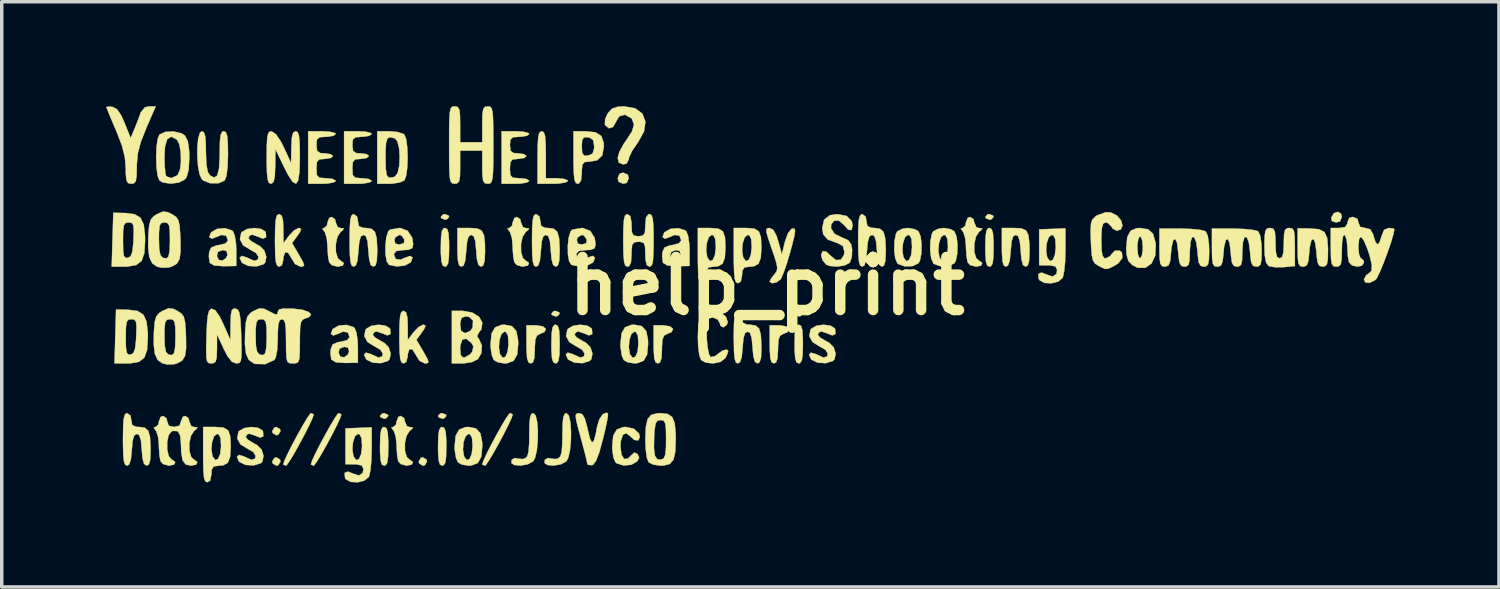
<source format=kicad_pcb>
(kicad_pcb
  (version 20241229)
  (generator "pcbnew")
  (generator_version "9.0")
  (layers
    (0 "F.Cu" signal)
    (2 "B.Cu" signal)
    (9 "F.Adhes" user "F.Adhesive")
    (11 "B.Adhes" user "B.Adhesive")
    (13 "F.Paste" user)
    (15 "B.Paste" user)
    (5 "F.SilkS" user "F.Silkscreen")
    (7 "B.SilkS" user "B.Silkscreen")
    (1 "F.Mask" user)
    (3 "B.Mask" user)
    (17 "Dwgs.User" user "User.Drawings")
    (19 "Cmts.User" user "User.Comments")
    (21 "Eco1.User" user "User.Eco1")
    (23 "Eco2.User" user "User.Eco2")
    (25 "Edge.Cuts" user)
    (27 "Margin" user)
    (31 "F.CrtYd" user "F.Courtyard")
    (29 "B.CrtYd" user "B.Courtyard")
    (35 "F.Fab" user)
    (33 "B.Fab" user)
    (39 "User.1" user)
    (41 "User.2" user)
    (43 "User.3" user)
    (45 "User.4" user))
  (footprint "help_print"
    (layer "F.Cu")
    (at 18.976 5.164)
    (property "Reference" "help_print" (at 0 0 0) (layer "F.SilkS") (effects (font (size 1.524 1.524) (thickness 0.3))))
    (attr through_hole)
    (fp_poly (pts (xy -13.984 4.112) (xy -13.97 4.167) (xy -14.034 4.272) (xy -14.089 4.286) (xy -14.194 4.223) (xy -14.208 4.167) (xy -14.145 4.062) (xy -14.089 4.048) (xy -13.984 4.112)) (stroke (width 0.01) (type solid)) (fill yes) (layer "F.SilkS"))
    (fp_poly (pts (xy -13.984 4.985) (xy -13.97 5.04) (xy -14.034 5.146) (xy -14.089 5.159) (xy -14.194 5.096) (xy -14.208 5.04) (xy -14.145 4.935) (xy -14.089 4.921) (xy -13.984 4.985)) (stroke (width 0.01) (type solid)) (fill yes) (layer "F.SilkS"))
    (fp_poly (pts (xy -10.888 3.694) (xy -10.874 3.731) (xy -10.939 3.801) (xy -10.993 3.81) (xy -11.099 3.767) (xy -11.113 3.731) (xy -11.048 3.66) (xy -10.993 3.651) (xy -10.888 3.694)) (stroke (width 0.01) (type solid)) (fill yes) (layer "F.SilkS"))
    (fp_poly (pts (xy -9.777 4.985) (xy -9.763 5.04) (xy -9.827 5.146) (xy -9.882 5.159) (xy -9.987 5.096) (xy -10.001 5.04) (xy -9.938 4.935) (xy -9.882 4.921) (xy -9.777 4.985)) (stroke (width 0.01) (type solid)) (fill yes) (layer "F.SilkS"))
    (fp_poly (pts (xy -9.221 3.694) (xy -9.207 3.731) (xy -9.272 3.801) (xy -9.327 3.81) (xy -9.432 3.767) (xy -9.446 3.731) (xy -9.381 3.66) (xy -9.327 3.651) (xy -9.221 3.694)) (stroke (width 0.01) (type solid)) (fill yes) (layer "F.SilkS"))
    (fp_poly (pts (xy -9.142 -2.021) (xy -9.128 -1.984) (xy -9.192 -1.914) (xy -9.247 -1.905) (xy -9.353 -1.948) (xy -9.366 -1.984) (xy -9.302 -2.055) (xy -9.247 -2.064) (xy -9.142 -2.021)) (stroke (width 0.01) (type solid)) (fill yes) (layer "F.SilkS"))
    (fp_poly (pts (xy -5.967 0.757) (xy -5.953 0.794) (xy -6.017 0.864) (xy -6.072 0.873) (xy -6.178 0.83) (xy -6.191 0.794) (xy -6.127 0.723) (xy -6.072 0.714) (xy -5.967 0.757)) (stroke (width 0.01) (type solid)) (fill yes) (layer "F.SilkS"))
    (fp_poly (pts (xy -3.995 -3.198) (xy -3.969 -3.096) (xy -4.025 -2.963) (xy -4.128 -2.937) (xy -4.26 -2.993) (xy -4.286 -3.096) (xy -4.23 -3.228) (xy -4.128 -3.254) (xy -3.995 -3.198)) (stroke (width 0.01) (type solid)) (fill yes) (layer "F.SilkS"))
    (fp_poly (pts (xy 1.018 0.757) (xy 1.032 0.794) (xy 0.968 0.864) (xy 0.913 0.873) (xy 0.807 0.83) (xy 0.794 0.794) (xy 0.858 0.723) (xy 0.913 0.714) (xy 1.018 0.757)) (stroke (width 0.01) (type solid)) (fill yes) (layer "F.SilkS"))
    (fp_poly (pts (xy 6.495 -2.021) (xy 6.509 -1.984) (xy 6.444 -1.914) (xy 6.39 -1.905) (xy 6.284 -1.948) (xy 6.271 -1.984) (xy 6.335 -2.055) (xy 6.39 -2.064) (xy 6.495 -2.021)) (stroke (width 0.01) (type solid)) (fill yes) (layer "F.SilkS"))
    (fp_poly (pts (xy 16.489 -2.075) (xy 16.51 -1.99) (xy 16.458 -1.854) (xy 16.345 -1.826) (xy 16.219 -1.868) (xy 16.207 -1.964) (xy 16.281 -2.092) (xy 16.396 -2.131) (xy 16.489 -2.075)) (stroke (width 0.01) (type solid)) (fill yes) (layer "F.SilkS"))
    (fp_poly (pts (xy -10.929 4.081) (xy -10.892 4.198) (xy -10.876 4.43) (xy -10.874 4.604) (xy -10.881 4.906) (xy -10.907 5.078) (xy -10.956 5.151) (xy -10.993 5.159) (xy -11.058 5.127) (xy -11.095 5.009) (xy -11.111 4.778) (xy -11.113 4.604) (xy -11.105 4.302) (xy -11.08 4.129) (xy -11.031 4.056) (xy -10.993 4.048) (xy -10.929 4.081)) (stroke (width 0.01) (type solid)) (fill yes) (layer "F.SilkS"))
    (fp_poly (pts (xy -9.262 4.081) (xy -9.225 4.198) (xy -9.209 4.43) (xy -9.207 4.604) (xy -9.215 4.906) (xy -9.24 5.078) (xy -9.289 5.151) (xy -9.327 5.159) (xy -9.391 5.127) (xy -9.428 5.009) (xy -9.444 4.778) (xy -9.446 4.604) (xy -9.439 4.302) (xy -9.413 4.129) (xy -9.364 4.056) (xy -9.327 4.048) (xy -9.262 4.081)) (stroke (width 0.01) (type solid)) (fill yes) (layer "F.SilkS"))
    (fp_poly (pts (xy -9.182 -1.634) (xy -9.145 -1.517) (xy -9.13 -1.285) (xy -9.128 -1.111) (xy -9.135 -0.809) (xy -9.16 -0.637) (xy -9.21 -0.564) (xy -9.247 -0.556) (xy -9.312 -0.588) (xy -9.349 -0.706) (xy -9.365 -0.937) (xy -9.366 -1.111) (xy -9.359 -1.413) (xy -9.334 -1.586) (xy -9.284 -1.659) (xy -9.247 -1.667) (xy -9.182 -1.634)) (stroke (width 0.01) (type solid)) (fill yes) (layer "F.SilkS"))
    (fp_poly (pts (xy -6.007 1.144) (xy -5.97 1.261) (xy -5.955 1.493) (xy -5.953 1.667) (xy -5.96 1.969) (xy -5.985 2.142) (xy -6.035 2.214) (xy -6.072 2.223) (xy -6.137 2.19) (xy -6.174 2.072) (xy -6.19 1.841) (xy -6.191 1.667) (xy -6.184 1.365) (xy -6.159 1.192) (xy -6.109 1.119) (xy -6.072 1.111) (xy -6.007 1.144)) (stroke (width 0.01) (type solid)) (fill yes) (layer "F.SilkS"))
    (fp_poly (pts (xy 0.978 1.144) (xy 1.015 1.261) (xy 1.03 1.493) (xy 1.032 1.667) (xy 1.025 1.969) (xy 1 2.142) (xy 0.95 2.214) (xy 0.913 2.223) (xy 0.848 2.19) (xy 0.811 2.072) (xy 0.795 1.841) (xy 0.794 1.667) (xy 0.801 1.365) (xy 0.826 1.192) (xy 0.876 1.119) (xy 0.913 1.111) (xy 0.978 1.144)) (stroke (width 0.01) (type solid)) (fill yes) (layer "F.SilkS"))
    (fp_poly (pts (xy 6.454 -1.634) (xy 6.491 -1.517) (xy 6.507 -1.285) (xy 6.509 -1.111) (xy 6.502 -0.809) (xy 6.477 -0.637) (xy 6.427 -0.564) (xy 6.39 -0.556) (xy 6.325 -0.588) (xy 6.288 -0.706) (xy 6.272 -0.937) (xy 6.271 -1.111) (xy 6.278 -1.413) (xy 6.303 -1.586) (xy 6.352 -1.659) (xy 6.39 -1.667) (xy 6.454 -1.634)) (stroke (width 0.01) (type solid)) (fill yes) (layer "F.SilkS"))
    (fp_poly (pts (xy -6.433 1.159) (xy -6.349 1.234) (xy -6.389 1.321) (xy -6.509 1.372) (xy -6.605 1.424) (xy -6.653 1.541) (xy -6.667 1.767) (xy -6.668 1.818) (xy -6.68 2.07) (xy -6.723 2.195) (xy -6.787 2.223) (xy -6.852 2.189) (xy -6.889 2.071) (xy -6.904 1.838) (xy -6.906 1.675) (xy -6.906 1.127) (xy -6.628 1.127) (xy -6.433 1.159)) (stroke (width 0.01) (type solid)) (fill yes) (layer "F.SilkS"))
    (fp_poly (pts (xy -2.782 1.159) (xy -2.697 1.234) (xy -2.738 1.321) (xy -2.857 1.372) (xy -2.954 1.424) (xy -3.002 1.541) (xy -3.016 1.767) (xy -3.016 1.818) (xy -3.029 2.07) (xy -3.071 2.195) (xy -3.135 2.223) (xy -3.2 2.189) (xy -3.237 2.071) (xy -3.253 1.838) (xy -3.254 1.675) (xy -3.254 1.127) (xy -2.977 1.127) (xy -2.782 1.159)) (stroke (width 0.01) (type solid)) (fill yes) (layer "F.SilkS"))
    (fp_poly (pts (xy 0.552 1.159) (xy 0.636 1.234) (xy 0.596 1.321) (xy 0.476 1.372) (xy 0.38 1.424) (xy 0.332 1.541) (xy 0.318 1.767) (xy 0.318 1.818) (xy 0.305 2.07) (xy 0.262 2.195) (xy 0.198 2.223) (xy 0.133 2.189) (xy 0.096 2.071) (xy 0.081 1.838) (xy 0.079 1.675) (xy 0.079 1.127) (xy 0.357 1.127) (xy 0.552 1.159)) (stroke (width 0.01) (type solid)) (fill yes) (layer "F.SilkS"))
    (fp_poly (pts (xy -6.41 -4.416) (xy -6.373 -4.311) (xy -6.355 -4.103) (xy -6.35 -3.77) (xy -6.35 -3.096) (xy -6.032 -3.096) (xy -5.834 -3.078) (xy -5.723 -3.034) (xy -5.715 -3.016) (xy -5.787 -2.973) (xy -5.972 -2.944) (xy -6.152 -2.937) (xy -6.588 -2.937) (xy -6.588 -3.691) (xy -6.584 -4.05) (xy -6.568 -4.278) (xy -6.537 -4.4) (xy -6.486 -4.443) (xy -6.469 -4.445) (xy -6.41 -4.416)) (stroke (width 0.01) (type solid)) (fill yes) (layer "F.SilkS"))
    (fp_poly (pts (xy -13.019 3.683) (xy -13.018 3.693) (xy -13.053 3.8) (xy -13.146 4.001) (xy -13.277 4.259) (xy -13.426 4.538) (xy -13.574 4.802) (xy -13.702 5.015) (xy -13.789 5.141) (xy -13.812 5.159) (xy -13.889 5.127) (xy -13.891 5.118) (xy -13.855 5.011) (xy -13.762 4.81) (xy -13.632 4.552) (xy -13.482 4.273) (xy -13.334 4.009) (xy -13.206 3.796) (xy -13.119 3.67) (xy -13.096 3.651) (xy -13.019 3.683)) (stroke (width 0.01) (type solid)) (fill yes) (layer "F.SilkS"))
    (fp_poly (pts (xy -12.226 3.683) (xy -12.224 3.693) (xy -12.259 3.8) (xy -12.352 4.001) (xy -12.483 4.259) (xy -12.632 4.538) (xy -12.78 4.802) (xy -12.908 5.015) (xy -12.995 5.141) (xy -13.018 5.159) (xy -13.095 5.127) (xy -13.097 5.118) (xy -13.062 5.011) (xy -12.969 4.81) (xy -12.838 4.552) (xy -12.688 4.273) (xy -12.54 4.009) (xy -12.413 3.796) (xy -12.325 3.67) (xy -12.302 3.651) (xy -12.226 3.683)) (stroke (width 0.01) (type solid)) (fill yes) (layer "F.SilkS"))
    (fp_poly (pts (xy -7.304 3.683) (xy -7.303 3.693) (xy -7.338 3.8) (xy -7.431 4.001) (xy -7.562 4.259) (xy -7.711 4.538) (xy -7.859 4.802) (xy -7.987 5.015) (xy -8.074 5.141) (xy -8.097 5.159) (xy -8.174 5.127) (xy -8.176 5.118) (xy -8.14 5.011) (xy -8.047 4.81) (xy -7.917 4.552) (xy -7.767 4.273) (xy -7.619 4.009) (xy -7.491 3.796) (xy -7.404 3.67) (xy -7.381 3.651) (xy -7.304 3.683)) (stroke (width 0.01) (type solid)) (fill yes) (layer "F.SilkS"))
    (fp_poly (pts (xy -6.641 3.723) (xy -6.598 3.908) (xy -6.579 4.165) (xy -6.583 4.45) (xy -6.609 4.721) (xy -6.658 4.935) (xy -6.713 5.035) (xy -6.869 5.12) (xy -7.073 5.157) (xy -7.256 5.14) (xy -7.339 5.085) (xy -7.332 4.991) (xy -7.238 4.939) (xy -7.151 4.957) (xy -7.021 4.97) (xy -6.952 4.953) (xy -6.886 4.895) (xy -6.847 4.763) (xy -6.829 4.526) (xy -6.826 4.278) (xy -6.821 3.954) (xy -6.8 3.761) (xy -6.759 3.67) (xy -6.707 3.651) (xy -6.641 3.723)) (stroke (width 0.01) (type solid)) (fill yes) (layer "F.SilkS"))
    (fp_poly (pts (xy -5.689 3.723) (xy -5.646 3.908) (xy -5.627 4.165) (xy -5.63 4.45) (xy -5.657 4.721) (xy -5.706 4.935) (xy -5.76 5.035) (xy -5.916 5.12) (xy -6.121 5.157) (xy -6.304 5.14) (xy -6.386 5.085) (xy -6.38 4.991) (xy -6.285 4.939) (xy -6.198 4.957) (xy -6.069 4.97) (xy -6 4.953) (xy -5.934 4.895) (xy -5.895 4.763) (xy -5.877 4.526) (xy -5.874 4.278) (xy -5.868 3.954) (xy -5.847 3.761) (xy -5.806 3.67) (xy -5.755 3.651) (xy -5.689 3.723)) (stroke (width 0.01) (type solid)) (fill yes) (layer "F.SilkS"))
    (fp_poly (pts (xy -8.326 -1.654) (xy -8.194 -1.593) (xy -8.125 -1.455) (xy -8.099 -1.209) (xy -8.096 -0.986) (xy -8.108 -0.722) (xy -8.148 -0.588) (xy -8.211 -0.556) (xy -8.284 -0.605) (xy -8.329 -0.768) (xy -8.35 -1.012) (xy -8.376 -1.287) (xy -8.423 -1.43) (xy -8.493 -1.468) (xy -8.567 -1.424) (xy -8.612 -1.274) (xy -8.636 -1.012) (xy -8.663 -0.734) (xy -8.711 -0.59) (xy -8.775 -0.556) (xy -8.838 -0.592) (xy -8.874 -0.719) (xy -8.889 -0.964) (xy -8.89 -1.111) (xy -8.89 -1.667) (xy -8.541 -1.667) (xy -8.326 -1.654)) (stroke (width 0.01) (type solid)) (fill yes) (layer "F.SilkS"))
    (fp_poly (pts (xy 7.311 -1.654) (xy 7.443 -1.593) (xy 7.512 -1.455) (xy 7.538 -1.209) (xy 7.541 -0.986) (xy 7.529 -0.722) (xy 7.489 -0.588) (xy 7.426 -0.556) (xy 7.353 -0.605) (xy 7.308 -0.768) (xy 7.287 -1.012) (xy 7.261 -1.287) (xy 7.214 -1.43) (xy 7.144 -1.468) (xy 7.07 -1.424) (xy 7.025 -1.274) (xy 7.001 -1.012) (xy 6.974 -0.734) (xy 6.925 -0.59) (xy 6.862 -0.556) (xy 6.799 -0.592) (xy 6.763 -0.719) (xy 6.748 -0.964) (xy 6.747 -1.111) (xy 6.747 -1.667) (xy 7.096 -1.667) (xy 7.311 -1.654)) (stroke (width 0.01) (type solid)) (fill yes) (layer "F.SilkS"))
    (fp_poly (pts (xy -12.405 -1.918) (xy -12.383 -1.826) (xy -12.326 -1.691) (xy -12.244 -1.664) (xy -12.148 -1.654) (xy -12.181 -1.605) (xy -12.244 -1.556) (xy -12.336 -1.413) (xy -12.382 -1.2) (xy -12.379 -0.976) (xy -12.326 -0.801) (xy -12.263 -0.743) (xy -12.152 -0.662) (xy -12.183 -0.587) (xy -12.334 -0.556) (xy -12.5 -0.602) (xy -12.572 -0.681) (xy -12.603 -0.838) (xy -12.62 -1.072) (xy -12.621 -1.142) (xy -12.642 -1.374) (xy -12.695 -1.543) (xy -12.716 -1.572) (xy -12.771 -1.65) (xy -12.716 -1.667) (xy -12.639 -1.733) (xy -12.621 -1.826) (xy -12.571 -1.955) (xy -12.502 -1.984) (xy -12.405 -1.918)) (stroke (width 0.01) (type solid)) (fill yes) (layer "F.SilkS"))
    (fp_poly (pts (xy -10.42 3.797) (xy -10.398 3.889) (xy -10.341 4.024) (xy -10.259 4.051) (xy -10.164 4.061) (xy -10.197 4.11) (xy -10.259 4.159) (xy -10.352 4.302) (xy -10.398 4.515) (xy -10.395 4.739) (xy -10.342 4.914) (xy -10.279 4.972) (xy -10.168 5.053) (xy -10.199 5.128) (xy -10.35 5.159) (xy -10.516 5.113) (xy -10.588 5.034) (xy -10.619 4.877) (xy -10.635 4.643) (xy -10.636 4.573) (xy -10.658 4.341) (xy -10.711 4.172) (xy -10.732 4.143) (xy -10.787 4.065) (xy -10.732 4.048) (xy -10.654 3.982) (xy -10.636 3.889) (xy -10.587 3.76) (xy -10.517 3.731) (xy -10.42 3.797)) (stroke (width 0.01) (type solid)) (fill yes) (layer "F.SilkS"))
    (fp_poly (pts (xy -7.086 -1.918) (xy -7.064 -1.826) (xy -7.007 -1.691) (xy -6.925 -1.664) (xy -6.83 -1.654) (xy -6.863 -1.605) (xy -6.925 -1.556) (xy -7.018 -1.413) (xy -7.064 -1.2) (xy -7.061 -0.976) (xy -7.008 -0.801) (xy -6.945 -0.743) (xy -6.834 -0.662) (xy -6.865 -0.587) (xy -7.016 -0.556) (xy -7.182 -0.602) (xy -7.254 -0.681) (xy -7.285 -0.838) (xy -7.302 -1.072) (xy -7.303 -1.142) (xy -7.324 -1.374) (xy -7.377 -1.543) (xy -7.398 -1.572) (xy -7.453 -1.65) (xy -7.398 -1.667) (xy -7.32 -1.733) (xy -7.303 -1.826) (xy -7.253 -1.955) (xy -7.183 -1.984) (xy -7.086 -1.918)) (stroke (width 0.01) (type solid)) (fill yes) (layer "F.SilkS"))
    (fp_poly (pts (xy -3.819 4.1) (xy -3.677 4.236) (xy -3.651 4.342) (xy -3.699 4.435) (xy -3.81 4.42) (xy -3.928 4.314) (xy -4.044 4.225) (xy -4.139 4.277) (xy -4.197 4.454) (xy -4.207 4.604) (xy -4.178 4.847) (xy -4.1 4.969) (xy -3.99 4.955) (xy -3.917 4.878) (xy -3.811 4.783) (xy -3.718 4.823) (xy -3.669 4.933) (xy -3.728 5.037) (xy -3.896 5.134) (xy -4.12 5.154) (xy -4.316 5.092) (xy -4.35 5.064) (xy -4.407 4.931) (xy -4.441 4.708) (xy -4.445 4.604) (xy -4.415 4.3) (xy -4.315 4.123) (xy -4.129 4.052) (xy -4.048 4.048) (xy -3.819 4.1)) (stroke (width 0.01) (type solid)) (fill yes) (layer "F.SilkS"))
    (fp_poly (pts (xy 5.931 -1.918) (xy 5.953 -1.826) (xy 6.01 -1.691) (xy 6.092 -1.664) (xy 6.188 -1.654) (xy 6.154 -1.605) (xy 6.092 -1.556) (xy 5.999 -1.413) (xy 5.954 -1.2) (xy 5.956 -0.976) (xy 6.009 -0.801) (xy 6.072 -0.743) (xy 6.183 -0.662) (xy 6.153 -0.587) (xy 6.001 -0.556) (xy 5.836 -0.602) (xy 5.763 -0.681) (xy 5.733 -0.838) (xy 5.716 -1.072) (xy 5.715 -1.142) (xy 5.694 -1.374) (xy 5.64 -1.543) (xy 5.62 -1.572) (xy 5.565 -1.65) (xy 5.62 -1.667) (xy 5.697 -1.733) (xy 5.715 -1.826) (xy 5.765 -1.955) (xy 5.834 -1.984) (xy 5.931 -1.918)) (stroke (width 0.01) (type solid)) (fill yes) (layer "F.SilkS"))
    (fp_poly (pts (xy 15.577 -1.653) (xy 15.847 -1.632) (xy 16.009 -1.553) (xy 16.088 -1.385) (xy 16.113 -1.098) (xy 16.113 -1.022) (xy 16.107 -0.759) (xy 16.08 -0.618) (xy 16.021 -0.563) (xy 15.959 -0.556) (xy 15.865 -0.58) (xy 15.813 -0.677) (xy 15.786 -0.885) (xy 15.78 -0.972) (xy 15.746 -1.24) (xy 15.693 -1.354) (xy 15.636 -1.315) (xy 15.59 -1.125) (xy 15.573 -0.954) (xy 15.549 -0.713) (xy 15.502 -0.593) (xy 15.416 -0.556) (xy 15.395 -0.556) (xy 15.313 -0.572) (xy 15.266 -0.643) (xy 15.245 -0.803) (xy 15.24 -1.086) (xy 15.24 -1.106) (xy 15.24 -1.657) (xy 15.577 -1.653)) (stroke (width 0.01) (type solid)) (fill yes) (layer "F.SilkS"))
    (fp_poly (pts (xy 10.947 -1.629) (xy 11.087 -1.502) (xy 11.158 -1.255) (xy 11.167 -1.181) (xy 11.15 -0.871) (xy 11.042 -0.644) (xy 10.866 -0.522) (xy 10.647 -0.524) (xy 10.495 -0.6) (xy 10.38 -0.718) (xy 10.328 -0.896) (xy 10.319 -1.1) (xy 10.32 -1.111) (xy 10.636 -1.111) (xy 10.654 -0.912) (xy 10.698 -0.802) (xy 10.716 -0.794) (xy 10.765 -0.864) (xy 10.793 -1.04) (xy 10.795 -1.111) (xy 10.777 -1.31) (xy 10.733 -1.421) (xy 10.716 -1.429) (xy 10.666 -1.358) (xy 10.638 -1.182) (xy 10.636 -1.111) (xy 10.32 -1.111) (xy 10.348 -1.408) (xy 10.444 -1.587) (xy 10.623 -1.661) (xy 10.712 -1.666) (xy 10.947 -1.629)) (stroke (width 0.01) (type solid)) (fill yes) (layer "F.SilkS"))
    (fp_poly (pts (xy 15.086 -1.652) (xy 15.134 -1.583) (xy 15.155 -1.428) (xy 15.161 -1.15) (xy 15.161 -1.12) (xy 15.161 -0.572) (xy 14.842 -0.542) (xy 14.608 -0.538) (xy 14.431 -0.566) (xy 14.405 -0.577) (xy 14.334 -0.674) (xy 14.296 -0.882) (xy 14.287 -1.155) (xy 14.293 -1.433) (xy 14.315 -1.587) (xy 14.365 -1.654) (xy 14.446 -1.667) (xy 14.538 -1.648) (xy 14.586 -1.566) (xy 14.603 -1.383) (xy 14.605 -1.23) (xy 14.616 -0.967) (xy 14.653 -0.831) (xy 14.724 -0.794) (xy 14.796 -0.833) (xy 14.833 -0.97) (xy 14.843 -1.23) (xy 14.85 -1.483) (xy 14.88 -1.614) (xy 14.946 -1.662) (xy 15.002 -1.667) (xy 15.086 -1.652)) (stroke (width 0.01) (type solid)) (fill yes) (layer "F.SilkS"))
    (fp_poly (pts (xy -4.565 3.663) (xy -4.569 3.749) (xy -4.607 3.952) (xy -4.671 4.238) (xy -4.713 4.407) (xy -4.816 4.781) (xy -4.906 5.016) (xy -4.99 5.13) (xy -5.025 5.145) (xy -5.139 5.136) (xy -5.159 5.105) (xy -5.179 5.004) (xy -5.232 4.788) (xy -5.309 4.496) (xy -5.35 4.345) (xy -5.439 4.018) (xy -5.485 3.814) (xy -5.491 3.704) (xy -5.46 3.659) (xy -5.393 3.651) (xy -5.301 3.685) (xy -5.23 3.806) (xy -5.164 4.046) (xy -5.146 4.129) (xy -5.082 4.388) (xy -5.024 4.492) (xy -4.969 4.441) (xy -4.913 4.232) (xy -4.883 4.062) (xy -4.816 3.834) (xy -4.716 3.682) (xy -4.61 3.638) (xy -4.565 3.663)) (stroke (width 0.01) (type solid)) (fill yes) (layer "F.SilkS"))
    (fp_poly (pts (xy -3.781 -5.103) (xy -3.576 -4.949) (xy -3.49 -4.719) (xy -3.531 -4.436) (xy -3.706 -4.12) (xy -3.731 -4.088) (xy -3.873 -3.88) (xy -3.958 -3.698) (xy -3.969 -3.64) (xy -4.03 -3.516) (xy -4.128 -3.493) (xy -4.255 -3.543) (xy -4.286 -3.677) (xy -4.24 -3.848) (xy -4.121 -4.07) (xy -4.05 -4.173) (xy -3.875 -4.441) (xy -3.819 -4.639) (xy -3.875 -4.792) (xy -3.905 -4.826) (xy -4.08 -4.919) (xy -4.241 -4.875) (xy -4.333 -4.723) (xy -4.419 -4.569) (xy -4.538 -4.529) (xy -4.642 -4.616) (xy -4.655 -4.644) (xy -4.648 -4.792) (xy -4.571 -4.962) (xy -4.45 -5.094) (xy -4.279 -5.15) (xy -4.098 -5.159) (xy -3.781 -5.103)) (stroke (width 0.01) (type solid)) (fill yes) (layer "F.SilkS"))
    (fp_poly (pts (xy -8.356 4.09) (xy -8.229 4.23) (xy -8.179 4.49) (xy -8.176 4.604) (xy -8.205 4.907) (xy -8.305 5.084) (xy -8.491 5.155) (xy -8.572 5.159) (xy -8.766 5.125) (xy -8.874 5.064) (xy -8.932 4.931) (xy -8.966 4.708) (xy -8.966 4.695) (xy -8.731 4.695) (xy -8.7 4.889) (xy -8.697 4.896) (xy -8.621 4.998) (xy -8.542 4.968) (xy -8.48 4.828) (xy -8.453 4.604) (xy -8.453 4.597) (xy -8.47 4.364) (xy -8.524 4.259) (xy -8.572 4.247) (xy -8.656 4.316) (xy -8.713 4.485) (xy -8.731 4.695) (xy -8.966 4.695) (xy -8.969 4.604) (xy -8.94 4.3) (xy -8.84 4.123) (xy -8.654 4.052) (xy -8.572 4.048) (xy -8.356 4.09)) (stroke (width 0.01) (type solid)) (fill yes) (layer "F.SilkS"))
    (fp_poly (pts (xy -7.324 1.153) (xy -7.198 1.293) (xy -7.147 1.553) (xy -7.144 1.667) (xy -7.174 1.971) (xy -7.274 2.147) (xy -7.459 2.218) (xy -7.541 2.223) (xy -7.734 2.188) (xy -7.842 2.127) (xy -7.9 1.994) (xy -7.934 1.771) (xy -7.934 1.758) (xy -7.699 1.758) (xy -7.668 1.952) (xy -7.665 1.959) (xy -7.589 2.061) (xy -7.51 2.031) (xy -7.448 1.891) (xy -7.422 1.667) (xy -7.422 1.66) (xy -7.438 1.427) (xy -7.492 1.323) (xy -7.541 1.31) (xy -7.624 1.379) (xy -7.681 1.548) (xy -7.699 1.758) (xy -7.934 1.758) (xy -7.938 1.667) (xy -7.908 1.363) (xy -7.808 1.187) (xy -7.622 1.115) (xy -7.541 1.111) (xy -7.324 1.153)) (stroke (width 0.01) (type solid)) (fill yes) (layer "F.SilkS"))
    (fp_poly (pts (xy -3.593 1.153) (xy -3.467 1.293) (xy -3.416 1.553) (xy -3.413 1.667) (xy -3.443 1.971) (xy -3.543 2.147) (xy -3.729 2.218) (xy -3.81 2.223) (xy -4.004 2.188) (xy -4.112 2.127) (xy -4.169 1.994) (xy -4.203 1.771) (xy -4.204 1.758) (xy -3.968 1.758) (xy -3.937 1.952) (xy -3.935 1.959) (xy -3.859 2.061) (xy -3.78 2.031) (xy -3.717 1.891) (xy -3.691 1.667) (xy -3.691 1.66) (xy -3.707 1.427) (xy -3.762 1.323) (xy -3.81 1.31) (xy -3.894 1.379) (xy -3.95 1.548) (xy -3.968 1.758) (xy -4.204 1.758) (xy -4.207 1.667) (xy -4.177 1.363) (xy -4.077 1.187) (xy -3.891 1.115) (xy -3.81 1.111) (xy -3.593 1.153)) (stroke (width 0.01) (type solid)) (fill yes) (layer "F.SilkS"))
    (fp_poly (pts (xy 0.182 -1.615) (xy 0.275 -1.442) (xy 0.323 -1.29) (xy 0.429 -0.913) (xy 0.516 -1.27) (xy 0.602 -1.514) (xy 0.706 -1.642) (xy 0.732 -1.651) (xy 0.789 -1.646) (xy 0.808 -1.585) (xy 0.787 -1.439) (xy 0.724 -1.183) (xy 0.672 -0.989) (xy 0.577 -0.668) (xy 0.485 -0.399) (xy 0.412 -0.225) (xy 0.39 -0.19) (xy 0.273 -0.106) (xy 0.147 -0.079) (xy 0.08 -0.123) (xy 0.079 -0.133) (xy 0.127 -0.226) (xy 0.212 -0.333) (xy 0.275 -0.417) (xy 0.297 -0.513) (xy 0.273 -0.658) (xy 0.199 -0.893) (xy 0.136 -1.073) (xy 0.035 -1.369) (xy -0.014 -1.546) (xy -0.015 -1.634) (xy 0.03 -1.664) (xy 0.072 -1.667) (xy 0.182 -1.615)) (stroke (width 0.01) (type solid)) (fill yes) (layer "F.SilkS"))
    (fp_poly (pts (xy -18.423 -2.096) (xy -18.159 -2.062) (xy -17.99 -1.959) (xy -17.897 -1.76) (xy -17.861 -1.439) (xy -17.859 -1.3) (xy -17.881 -0.947) (xy -17.958 -0.723) (xy -18.114 -0.602) (xy -18.367 -0.558) (xy -18.463 -0.556) (xy -18.818 -0.556) (xy -18.796 -1.305) (xy -18.494 -1.305) (xy -18.494 -1.304) (xy -18.489 -1.023) (xy -18.468 -0.869) (xy -18.421 -0.809) (xy -18.355 -0.809) (xy -18.275 -0.855) (xy -18.226 -0.981) (xy -18.199 -1.219) (xy -18.193 -1.33) (xy -18.185 -1.602) (xy -18.199 -1.75) (xy -18.246 -1.813) (xy -18.332 -1.826) (xy -18.419 -1.811) (xy -18.468 -1.742) (xy -18.49 -1.586) (xy -18.494 -1.305) (xy -18.796 -1.305) (xy -18.795 -1.33) (xy -18.772 -2.103) (xy -18.423 -2.096)) (stroke (width 0.01) (type solid)) (fill yes) (layer "F.SilkS"))
    (fp_poly (pts (xy -18.343 0.682) (xy -18.08 0.716) (xy -17.911 0.82) (xy -17.817 1.019) (xy -17.782 1.339) (xy -17.78 1.478) (xy -17.801 1.831) (xy -17.879 2.055) (xy -18.034 2.177) (xy -18.288 2.221) (xy -18.384 2.223) (xy -18.738 2.223) (xy -18.716 1.473) (xy -18.415 1.473) (xy -18.415 1.474) (xy -18.41 1.755) (xy -18.388 1.909) (xy -18.342 1.969) (xy -18.276 1.97) (xy -18.195 1.923) (xy -18.147 1.797) (xy -18.12 1.559) (xy -18.114 1.448) (xy -18.105 1.177) (xy -18.12 1.028) (xy -18.167 0.965) (xy -18.252 0.953) (xy -18.34 0.967) (xy -18.389 1.036) (xy -18.41 1.192) (xy -18.415 1.473) (xy -18.716 1.473) (xy -18.716 1.449) (xy -18.693 0.675) (xy -18.343 0.682)) (stroke (width 0.01) (type solid)) (fill yes) (layer "F.SilkS"))
    (fp_poly (pts (xy -17.826 -4.532) (xy -17.98 -4.142) (xy -18.065 -3.823) (xy -18.096 -3.512) (xy -18.098 -3.421) (xy -18.103 -3.152) (xy -18.128 -3.006) (xy -18.183 -2.947) (xy -18.256 -2.937) (xy -18.347 -2.955) (xy -18.395 -3.036) (xy -18.413 -3.216) (xy -18.415 -3.381) (xy -18.44 -3.696) (xy -18.523 -4.029) (xy -18.678 -4.434) (xy -18.693 -4.467) (xy -18.817 -4.757) (xy -18.912 -4.986) (xy -18.965 -5.12) (xy -18.971 -5.139) (xy -18.904 -5.154) (xy -18.797 -5.145) (xy -18.667 -5.079) (xy -18.546 -4.902) (xy -18.448 -4.685) (xy -18.274 -4.25) (xy -18.155 -4.533) (xy -18.062 -4.768) (xy -17.989 -4.969) (xy -17.983 -4.988) (xy -17.866 -5.132) (xy -17.741 -5.159) (xy -17.554 -5.159) (xy -17.826 -4.532)) (stroke (width 0.01) (type solid)) (fill yes) (layer "F.SilkS"))
    (fp_poly (pts (xy -15.537 -4.416) (xy -15.501 -4.31) (xy -15.483 -4.098) (xy -15.478 -3.786) (xy -15.49 -3.418) (xy -15.524 -3.157) (xy -15.573 -3.032) (xy -15.751 -2.95) (xy -15.983 -2.95) (xy -16.188 -3.029) (xy -16.227 -3.062) (xy -16.293 -3.2) (xy -16.338 -3.429) (xy -16.359 -3.706) (xy -16.358 -3.989) (xy -16.334 -4.234) (xy -16.286 -4.399) (xy -16.232 -4.445) (xy -16.169 -4.413) (xy -16.132 -4.3) (xy -16.116 -4.075) (xy -16.113 -3.859) (xy -16.1 -3.502) (xy -16.06 -3.28) (xy -15.998 -3.178) (xy -15.873 -3.114) (xy -15.788 -3.173) (xy -15.737 -3.364) (xy -15.717 -3.698) (xy -15.716 -3.815) (xy -15.711 -4.139) (xy -15.69 -4.333) (xy -15.649 -4.426) (xy -15.597 -4.445) (xy -15.537 -4.416)) (stroke (width 0.01) (type solid)) (fill yes) (layer "F.SilkS"))
    (fp_poly (pts (xy -12.553 -4.431) (xy -12.409 -4.394) (xy -12.383 -4.366) (xy -12.452 -4.313) (xy -12.624 -4.287) (xy -12.66 -4.286) (xy -12.847 -4.273) (xy -12.924 -4.206) (xy -12.938 -4.048) (xy -12.918 -3.879) (xy -12.826 -3.817) (xy -12.7 -3.81) (xy -12.533 -3.787) (xy -12.462 -3.732) (xy -12.462 -3.731) (xy -12.531 -3.675) (xy -12.697 -3.651) (xy -12.7 -3.651) (xy -12.86 -3.636) (xy -12.926 -3.557) (xy -12.938 -3.373) (xy -12.926 -3.187) (xy -12.857 -3.111) (xy -12.681 -3.096) (xy -12.66 -3.096) (xy -12.477 -3.076) (xy -12.385 -3.027) (xy -12.383 -3.016) (xy -12.454 -2.971) (xy -12.636 -2.942) (xy -12.779 -2.937) (xy -13.176 -2.937) (xy -13.176 -4.445) (xy -12.779 -4.445) (xy -12.553 -4.431)) (stroke (width 0.01) (type solid)) (fill yes) (layer "F.SilkS"))
    (fp_poly (pts (xy -11.521 -4.431) (xy -11.377 -4.394) (xy -11.351 -4.366) (xy -11.42 -4.313) (xy -11.592 -4.287) (xy -11.628 -4.286) (xy -11.815 -4.273) (xy -11.892 -4.206) (xy -11.906 -4.048) (xy -11.887 -3.879) (xy -11.794 -3.817) (xy -11.668 -3.81) (xy -11.501 -3.787) (xy -11.43 -3.732) (xy -11.43 -3.731) (xy -11.499 -3.675) (xy -11.665 -3.651) (xy -11.668 -3.651) (xy -11.828 -3.636) (xy -11.894 -3.557) (xy -11.906 -3.373) (xy -11.894 -3.187) (xy -11.825 -3.111) (xy -11.65 -3.096) (xy -11.628 -3.096) (xy -11.445 -3.076) (xy -11.353 -3.027) (xy -11.351 -3.016) (xy -11.422 -2.971) (xy -11.605 -2.942) (xy -11.748 -2.937) (xy -12.144 -2.937) (xy -12.144 -4.445) (xy -11.748 -4.445) (xy -11.521 -4.431)) (stroke (width 0.01) (type solid)) (fill yes) (layer "F.SilkS"))
    (fp_poly (pts (xy -10.617 -4.424) (xy -10.445 -4.372) (xy -10.414 -4.35) (xy -10.361 -4.216) (xy -10.33 -3.978) (xy -10.319 -3.688) (xy -10.33 -3.399) (xy -10.362 -3.162) (xy -10.414 -3.032) (xy -10.548 -2.973) (xy -10.769 -2.939) (xy -10.851 -2.937) (xy -11.192 -2.937) (xy -11.192 -3.691) (xy -10.954 -3.691) (xy -10.948 -3.374) (xy -10.921 -3.19) (xy -10.862 -3.113) (xy -10.757 -3.118) (xy -10.682 -3.144) (xy -10.605 -3.248) (xy -10.56 -3.455) (xy -10.547 -3.711) (xy -10.565 -3.963) (xy -10.615 -4.158) (xy -10.682 -4.238) (xy -10.815 -4.275) (xy -10.896 -4.243) (xy -10.938 -4.116) (xy -10.953 -3.869) (xy -10.954 -3.691) (xy -11.192 -3.691) (xy -11.192 -4.445) (xy -10.851 -4.445) (xy -10.617 -4.424)) (stroke (width 0.01) (type solid)) (fill yes) (layer "F.SilkS"))
    (fp_poly (pts (xy -6.997 -4.431) (xy -6.853 -4.394) (xy -6.826 -4.366) (xy -6.896 -4.313) (xy -7.068 -4.287) (xy -7.104 -4.286) (xy -7.291 -4.273) (xy -7.367 -4.206) (xy -7.382 -4.048) (xy -7.362 -3.879) (xy -7.269 -3.817) (xy -7.144 -3.81) (xy -6.977 -3.787) (xy -6.906 -3.732) (xy -6.906 -3.731) (xy -6.975 -3.675) (xy -7.141 -3.651) (xy -7.144 -3.651) (xy -7.304 -3.636) (xy -7.369 -3.557) (xy -7.382 -3.373) (xy -7.37 -3.187) (xy -7.3 -3.111) (xy -7.125 -3.096) (xy -7.104 -3.096) (xy -6.92 -3.076) (xy -6.829 -3.027) (xy -6.826 -3.016) (xy -6.898 -2.971) (xy -7.08 -2.942) (xy -7.223 -2.937) (xy -7.62 -2.937) (xy -7.62 -4.445) (xy -7.223 -4.445) (xy -6.997 -4.431)) (stroke (width 0.01) (type solid)) (fill yes) (layer "F.SilkS"))
    (fp_poly (pts (xy 4.242 -1.632) (xy 4.35 -1.572) (xy 4.413 -1.425) (xy 4.441 -1.191) (xy 4.434 -0.936) (xy 4.393 -0.727) (xy 4.35 -0.651) (xy 4.178 -0.571) (xy 3.954 -0.565) (xy 3.768 -0.633) (xy 3.747 -0.651) (xy 3.684 -0.797) (xy 3.657 -1.02) (xy 3.89 -1.02) (xy 3.921 -0.826) (xy 3.924 -0.819) (xy 4 -0.717) (xy 4.079 -0.747) (xy 4.141 -0.887) (xy 4.167 -1.111) (xy 4.167 -1.118) (xy 4.151 -1.351) (xy 4.096 -1.456) (xy 4.048 -1.468) (xy 3.964 -1.399) (xy 3.908 -1.23) (xy 3.89 -1.02) (xy 3.657 -1.02) (xy 3.656 -1.032) (xy 3.662 -1.287) (xy 3.704 -1.495) (xy 3.747 -1.572) (xy 3.895 -1.645) (xy 4.048 -1.667) (xy 4.242 -1.632)) (stroke (width 0.01) (type solid)) (fill yes) (layer "F.SilkS"))
    (fp_poly (pts (xy 5.274 -1.632) (xy 5.382 -1.572) (xy 5.444 -1.425) (xy 5.473 -1.191) (xy 5.466 -0.936) (xy 5.425 -0.727) (xy 5.382 -0.651) (xy 5.21 -0.571) (xy 4.986 -0.565) (xy 4.799 -0.633) (xy 4.778 -0.651) (xy 4.716 -0.797) (xy 4.689 -1.02) (xy 4.922 -1.02) (xy 4.953 -0.826) (xy 4.955 -0.819) (xy 5.031 -0.717) (xy 5.11 -0.747) (xy 5.173 -0.887) (xy 5.199 -1.111) (xy 5.199 -1.118) (xy 5.183 -1.351) (xy 5.128 -1.456) (xy 5.08 -1.468) (xy 4.996 -1.399) (xy 4.94 -1.23) (xy 4.922 -1.02) (xy 4.689 -1.02) (xy 4.687 -1.032) (xy 4.694 -1.287) (xy 4.735 -1.495) (xy 4.778 -1.572) (xy 4.927 -1.645) (xy 5.08 -1.667) (xy 5.274 -1.632)) (stroke (width 0.01) (type solid)) (fill yes) (layer "F.SilkS"))
    (fp_poly (pts (xy -18.28 3.72) (xy -18.256 3.85) (xy -18.229 3.993) (xy -18.116 4.044) (xy -18.027 4.048) (xy -17.867 4.071) (xy -17.768 4.158) (xy -17.718 4.338) (xy -17.701 4.641) (xy -17.701 4.729) (xy -17.712 4.993) (xy -17.752 5.127) (xy -17.816 5.159) (xy -17.888 5.11) (xy -17.933 4.947) (xy -17.955 4.703) (xy -17.98 4.428) (xy -18.027 4.285) (xy -18.098 4.247) (xy -18.171 4.291) (xy -18.217 4.441) (xy -18.24 4.703) (xy -18.267 4.981) (xy -18.316 5.125) (xy -18.379 5.159) (xy -18.434 5.129) (xy -18.469 5.022) (xy -18.488 4.812) (xy -18.494 4.474) (xy -18.494 4.405) (xy -18.49 4.046) (xy -18.475 3.818) (xy -18.443 3.696) (xy -18.393 3.653) (xy -18.375 3.651) (xy -18.28 3.72)) (stroke (width 0.01) (type solid)) (fill yes) (layer "F.SilkS"))
    (fp_poly (pts (xy -13.936 -2.022) (xy -13.898 -1.878) (xy -13.888 -1.647) (xy -13.886 -1.23) (xy -13.723 -1.449) (xy -13.58 -1.597) (xy -13.45 -1.666) (xy -13.441 -1.667) (xy -13.377 -1.643) (xy -13.41 -1.552) (xy -13.48 -1.45) (xy -13.638 -1.233) (xy -13.439 -0.894) (xy -13.326 -0.694) (xy -13.291 -0.593) (xy -13.33 -0.559) (xy -13.397 -0.556) (xy -13.552 -0.631) (xy -13.652 -0.793) (xy -13.753 -0.957) (xy -13.839 -0.967) (xy -13.887 -0.829) (xy -13.891 -0.749) (xy -13.933 -0.593) (xy -14.01 -0.556) (xy -14.066 -0.583) (xy -14.102 -0.681) (xy -14.122 -0.878) (xy -14.128 -1.2) (xy -14.129 -1.31) (xy -14.124 -1.669) (xy -14.109 -1.897) (xy -14.078 -2.019) (xy -14.027 -2.062) (xy -14.01 -2.064) (xy -13.936 -2.022)) (stroke (width 0.01) (type solid)) (fill yes) (layer "F.SilkS"))
    (fp_poly (pts (xy -11.771 -1.995) (xy -11.748 -1.865) (xy -11.721 -1.722) (xy -11.608 -1.671) (xy -11.518 -1.667) (xy -11.358 -1.644) (xy -11.259 -1.557) (xy -11.209 -1.377) (xy -11.192 -1.074) (xy -11.192 -0.986) (xy -11.204 -0.722) (xy -11.244 -0.588) (xy -11.307 -0.556) (xy -11.38 -0.605) (xy -11.424 -0.768) (xy -11.446 -1.012) (xy -11.472 -1.287) (xy -11.518 -1.43) (xy -11.589 -1.468) (xy -11.663 -1.424) (xy -11.708 -1.274) (xy -11.732 -1.012) (xy -11.758 -0.734) (xy -11.807 -0.59) (xy -11.871 -0.556) (xy -11.926 -0.586) (xy -11.961 -0.693) (xy -11.979 -0.903) (xy -11.986 -1.241) (xy -11.986 -1.31) (xy -11.981 -1.669) (xy -11.966 -1.897) (xy -11.935 -2.019) (xy -11.884 -2.062) (xy -11.867 -2.064) (xy -11.771 -1.995)) (stroke (width 0.01) (type solid)) (fill yes) (layer "F.SilkS"))
    (fp_poly (pts (xy -10.364 0.756) (xy -10.326 0.9) (xy -10.316 1.131) (xy -10.314 1.548) (xy -10.151 1.33) (xy -10.008 1.181) (xy -9.878 1.112) (xy -9.869 1.111) (xy -9.805 1.135) (xy -9.838 1.226) (xy -9.908 1.328) (xy -10.066 1.545) (xy -9.867 1.884) (xy -9.754 2.085) (xy -9.719 2.185) (xy -9.758 2.219) (xy -9.825 2.223) (xy -9.98 2.147) (xy -10.08 1.985) (xy -10.181 1.822) (xy -10.267 1.811) (xy -10.315 1.949) (xy -10.319 2.029) (xy -10.361 2.185) (xy -10.438 2.223) (xy -10.495 2.196) (xy -10.53 2.097) (xy -10.55 1.9) (xy -10.557 1.578) (xy -10.557 1.468) (xy -10.553 1.109) (xy -10.537 0.882) (xy -10.506 0.759) (xy -10.455 0.716) (xy -10.438 0.714) (xy -10.364 0.756)) (stroke (width 0.01) (type solid)) (fill yes) (layer "F.SilkS"))
    (fp_poly (pts (xy -6.532 -1.995) (xy -6.509 -1.865) (xy -6.482 -1.722) (xy -6.369 -1.671) (xy -6.279 -1.667) (xy -6.119 -1.644) (xy -6.021 -1.557) (xy -5.97 -1.377) (xy -5.954 -1.074) (xy -5.953 -0.986) (xy -5.965 -0.722) (xy -6.005 -0.588) (xy -6.068 -0.556) (xy -6.141 -0.605) (xy -6.186 -0.768) (xy -6.207 -1.012) (xy -6.233 -1.287) (xy -6.28 -1.43) (xy -6.35 -1.468) (xy -6.424 -1.424) (xy -6.469 -1.274) (xy -6.493 -1.012) (xy -6.52 -0.734) (xy -6.568 -0.59) (xy -6.632 -0.556) (xy -6.687 -0.586) (xy -6.722 -0.693) (xy -6.741 -0.903) (xy -6.747 -1.241) (xy -6.747 -1.31) (xy -6.743 -1.669) (xy -6.727 -1.897) (xy -6.696 -2.019) (xy -6.645 -2.062) (xy -6.628 -2.064) (xy -6.532 -1.995)) (stroke (width 0.01) (type solid)) (fill yes) (layer "F.SilkS"))
    (fp_poly (pts (xy -0.738 0.783) (xy -0.714 0.913) (xy -0.687 1.056) (xy -0.575 1.107) (xy -0.485 1.111) (xy -0.325 1.134) (xy -0.226 1.221) (xy -0.176 1.401) (xy -0.159 1.704) (xy -0.159 1.792) (xy -0.17 2.056) (xy -0.211 2.19) (xy -0.274 2.223) (xy -0.347 2.173) (xy -0.391 2.01) (xy -0.413 1.766) (xy -0.439 1.492) (xy -0.485 1.348) (xy -0.556 1.31) (xy -0.63 1.354) (xy -0.675 1.504) (xy -0.698 1.766) (xy -0.725 2.044) (xy -0.774 2.188) (xy -0.837 2.223) (xy -0.893 2.193) (xy -0.928 2.085) (xy -0.946 1.875) (xy -0.952 1.537) (xy -0.953 1.468) (xy -0.948 1.109) (xy -0.933 0.882) (xy -0.902 0.759) (xy -0.851 0.716) (xy -0.833 0.714) (xy -0.738 0.783)) (stroke (width 0.01) (type solid)) (fill yes) (layer "F.SilkS"))
    (fp_poly (pts (xy 2.834 -1.995) (xy 2.857 -1.865) (xy 2.884 -1.722) (xy 2.997 -1.671) (xy 3.087 -1.667) (xy 3.247 -1.644) (xy 3.346 -1.557) (xy 3.396 -1.377) (xy 3.413 -1.074) (xy 3.413 -0.986) (xy 3.401 -0.722) (xy 3.361 -0.588) (xy 3.298 -0.556) (xy 3.225 -0.605) (xy 3.181 -0.768) (xy 3.159 -1.012) (xy 3.133 -1.287) (xy 3.087 -1.43) (xy 3.016 -1.468) (xy 2.942 -1.424) (xy 2.897 -1.274) (xy 2.873 -1.012) (xy 2.847 -0.734) (xy 2.798 -0.59) (xy 2.734 -0.556) (xy 2.679 -0.586) (xy 2.644 -0.693) (xy 2.626 -0.903) (xy 2.619 -1.241) (xy 2.619 -1.31) (xy 2.624 -1.669) (xy 2.639 -1.897) (xy 2.67 -2.019) (xy 2.721 -2.062) (xy 2.738 -2.064) (xy 2.834 -1.995)) (stroke (width 0.01) (type solid)) (fill yes) (layer "F.SilkS"))
    (fp_poly (pts (xy -14.609 4.074) (xy -14.483 4.153) (xy -14.474 4.171) (xy -14.461 4.315) (xy -14.554 4.355) (xy -14.697 4.297) (xy -14.867 4.24) (xy -14.939 4.271) (xy -14.97 4.339) (xy -14.908 4.415) (xy -14.729 4.522) (xy -14.645 4.566) (xy -14.514 4.696) (xy -14.458 4.876) (xy -14.488 5.038) (xy -14.539 5.09) (xy -14.743 5.153) (xy -14.974 5.138) (xy -15.149 5.053) (xy -15.162 5.038) (xy -15.223 4.908) (xy -15.164 4.85) (xy -15.019 4.893) (xy -14.999 4.904) (xy -14.803 4.993) (xy -14.7 4.956) (xy -14.684 4.877) (xy -14.752 4.768) (xy -14.914 4.674) (xy -14.919 4.672) (xy -15.122 4.547) (xy -15.215 4.373) (xy -15.179 4.193) (xy -15.157 4.163) (xy -15.012 4.079) (xy -14.807 4.049) (xy -14.609 4.074)) (stroke (width 0.01) (type solid)) (fill yes) (layer "F.SilkS"))
    (fp_poly (pts (xy -14.529 -1.641) (xy -14.403 -1.562) (xy -14.394 -1.544) (xy -14.382 -1.4) (xy -14.475 -1.36) (xy -14.618 -1.418) (xy -14.788 -1.475) (xy -14.859 -1.444) (xy -14.891 -1.376) (xy -14.829 -1.3) (xy -14.649 -1.193) (xy -14.565 -1.149) (xy -14.435 -1.019) (xy -14.378 -0.839) (xy -14.409 -0.677) (xy -14.459 -0.625) (xy -14.664 -0.562) (xy -14.894 -0.577) (xy -15.07 -0.662) (xy -15.083 -0.677) (xy -15.144 -0.807) (xy -15.085 -0.865) (xy -14.94 -0.822) (xy -14.92 -0.811) (xy -14.723 -0.722) (xy -14.621 -0.759) (xy -14.605 -0.838) (xy -14.672 -0.947) (xy -14.835 -1.041) (xy -14.84 -1.043) (xy -15.043 -1.168) (xy -15.136 -1.342) (xy -15.1 -1.522) (xy -15.078 -1.552) (xy -14.933 -1.636) (xy -14.728 -1.666) (xy -14.529 -1.641)) (stroke (width 0.01) (type solid)) (fill yes) (layer "F.SilkS"))
    (fp_poly (pts (xy -13.477 -4.418) (xy -13.441 -4.319) (xy -13.421 -4.122) (xy -13.415 -3.8) (xy -13.414 -3.691) (xy -13.425 -3.285) (xy -13.461 -3.035) (xy -13.525 -2.938) (xy -13.621 -2.991) (xy -13.754 -3.193) (xy -13.877 -3.433) (xy -14.116 -3.929) (xy -14.122 -3.433) (xy -14.135 -3.149) (xy -14.168 -2.994) (xy -14.229 -2.939) (xy -14.248 -2.937) (xy -14.305 -2.964) (xy -14.34 -3.063) (xy -14.36 -3.26) (xy -14.367 -3.582) (xy -14.367 -3.691) (xy -14.364 -4.044) (xy -14.351 -4.266) (xy -14.323 -4.388) (xy -14.275 -4.436) (xy -14.228 -4.443) (xy -14.103 -4.364) (xy -13.954 -4.139) (xy -13.877 -3.986) (xy -13.666 -3.532) (xy -13.659 -3.989) (xy -13.645 -4.26) (xy -13.607 -4.402) (xy -13.537 -4.445) (xy -13.533 -4.445) (xy -13.477 -4.418)) (stroke (width 0.01) (type solid)) (fill yes) (layer "F.SilkS"))
    (fp_poly (pts (xy -10.957 1.137) (xy -10.832 1.216) (xy -10.822 1.234) (xy -10.81 1.378) (xy -10.903 1.418) (xy -11.046 1.36) (xy -11.216 1.303) (xy -11.288 1.334) (xy -11.319 1.402) (xy -11.257 1.478) (xy -11.077 1.585) (xy -10.993 1.629) (xy -10.863 1.759) (xy -10.806 1.939) (xy -10.837 2.101) (xy -10.887 2.153) (xy -11.092 2.216) (xy -11.322 2.201) (xy -11.498 2.116) (xy -11.511 2.102) (xy -11.572 1.971) (xy -11.513 1.914) (xy -11.368 1.956) (xy -11.348 1.968) (xy -11.151 2.056) (xy -11.049 2.019) (xy -11.033 1.941) (xy -11.101 1.831) (xy -11.263 1.737) (xy -11.268 1.735) (xy -11.471 1.61) (xy -11.564 1.436) (xy -11.528 1.256) (xy -11.506 1.227) (xy -11.361 1.142) (xy -11.156 1.112) (xy -10.957 1.137)) (stroke (width 0.01) (type solid)) (fill yes) (layer "F.SilkS"))
    (fp_poly (pts (xy -5.163 1.137) (xy -5.037 1.216) (xy -5.028 1.234) (xy -5.016 1.378) (xy -5.109 1.418) (xy -5.252 1.36) (xy -5.422 1.303) (xy -5.493 1.334) (xy -5.525 1.402) (xy -5.462 1.478) (xy -5.283 1.585) (xy -5.199 1.629) (xy -5.069 1.759) (xy -5.012 1.939) (xy -5.043 2.101) (xy -5.093 2.153) (xy -5.297 2.216) (xy -5.528 2.201) (xy -5.704 2.116) (xy -5.717 2.102) (xy -5.777 1.971) (xy -5.719 1.914) (xy -5.573 1.956) (xy -5.554 1.968) (xy -5.357 2.056) (xy -5.255 2.019) (xy -5.239 1.941) (xy -5.306 1.831) (xy -5.469 1.737) (xy -5.474 1.735) (xy -5.677 1.61) (xy -5.77 1.436) (xy -5.733 1.256) (xy -5.712 1.227) (xy -5.567 1.142) (xy -5.362 1.112) (xy -5.163 1.137)) (stroke (width 0.01) (type solid)) (fill yes) (layer "F.SilkS"))
    (fp_poly (pts (xy -4.923 -4.414) (xy -4.755 -4.307) (xy -4.687 -4.105) (xy -4.683 -4.008) (xy -4.731 -3.749) (xy -4.882 -3.608) (xy -5.096 -3.572) (xy -5.239 -3.558) (xy -5.302 -3.485) (xy -5.318 -3.309) (xy -5.318 -3.254) (xy -5.338 -3.034) (xy -5.403 -2.943) (xy -5.437 -2.937) (xy -5.494 -2.964) (xy -5.53 -3.063) (xy -5.549 -3.26) (xy -5.556 -3.582) (xy -5.556 -3.691) (xy -5.556 -4.008) (xy -5.318 -4.008) (xy -5.306 -3.818) (xy -5.25 -3.745) (xy -5.14 -3.745) (xy -5.008 -3.801) (xy -4.963 -3.949) (xy -4.961 -4.008) (xy -4.989 -4.188) (xy -5.095 -4.263) (xy -5.14 -4.272) (xy -5.258 -4.269) (xy -5.308 -4.186) (xy -5.318 -4.008) (xy -5.556 -4.008) (xy -5.556 -4.445) (xy -5.215 -4.445) (xy -4.923 -4.414)) (stroke (width 0.01) (type solid)) (fill yes) (layer "F.SilkS"))
    (fp_poly (pts (xy -1.328 0.763) (xy -1.179 0.883) (xy -1.126 1.033) (xy -1.152 1.113) (xy -1.252 1.188) (xy -1.336 1.143) (xy -1.349 1.08) (xy -1.414 0.962) (xy -1.551 0.902) (xy -1.681 0.935) (xy -1.684 0.938) (xy -1.722 1.054) (xy -1.735 1.266) (xy -1.728 1.522) (xy -1.703 1.771) (xy -1.664 1.962) (xy -1.617 2.041) (xy -1.494 2.015) (xy -1.404 1.948) (xy -1.269 1.852) (xy -1.153 1.825) (xy -1.111 1.871) (xy -1.145 1.969) (xy -1.193 2.069) (xy -1.33 2.178) (xy -1.543 2.224) (xy -1.761 2.199) (xy -1.889 2.127) (xy -1.941 1.995) (xy -1.975 1.745) (xy -1.984 1.468) (xy -1.971 1.113) (xy -1.92 0.888) (xy -1.815 0.766) (xy -1.64 0.718) (xy -1.535 0.714) (xy -1.328 0.763)) (stroke (width 0.01) (type solid)) (fill yes) (layer "F.SilkS"))
    (fp_poly (pts (xy 1.822 1.137) (xy 1.948 1.216) (xy 1.957 1.234) (xy 1.969 1.378) (xy 1.876 1.418) (xy 1.733 1.36) (xy 1.563 1.303) (xy 1.492 1.334) (xy 1.46 1.402) (xy 1.523 1.478) (xy 1.702 1.585) (xy 1.786 1.629) (xy 1.916 1.759) (xy 1.973 1.939) (xy 1.942 2.101) (xy 1.892 2.153) (xy 1.688 2.216) (xy 1.457 2.201) (xy 1.281 2.116) (xy 1.268 2.102) (xy 1.208 1.971) (xy 1.266 1.914) (xy 1.412 1.956) (xy 1.431 1.968) (xy 1.628 2.056) (xy 1.73 2.019) (xy 1.746 1.941) (xy 1.679 1.831) (xy 1.516 1.737) (xy 1.511 1.735) (xy 1.308 1.61) (xy 1.215 1.436) (xy 1.252 1.256) (xy 1.273 1.227) (xy 1.418 1.142) (xy 1.623 1.112) (xy 1.822 1.137)) (stroke (width 0.01) (type solid)) (fill yes) (layer "F.SilkS"))
    (fp_poly (pts (xy -15.609 4.066) (xy -15.475 4.143) (xy -15.413 4.311) (xy -15.399 4.603) (xy -15.399 4.604) (xy -15.417 4.903) (xy -15.482 5.075) (xy -15.611 5.149) (xy -15.725 5.159) (xy -15.888 5.18) (xy -15.948 5.276) (xy -15.954 5.397) (xy -15.99 5.587) (xy -16.073 5.636) (xy -16.129 5.609) (xy -16.165 5.513) (xy -16.184 5.321) (xy -16.192 5.007) (xy -16.192 4.842) (xy -16.192 4.695) (xy -15.954 4.695) (xy -15.923 4.889) (xy -15.92 4.896) (xy -15.844 4.998) (xy -15.765 4.968) (xy -15.703 4.828) (xy -15.677 4.604) (xy -15.677 4.597) (xy -15.693 4.364) (xy -15.747 4.259) (xy -15.796 4.247) (xy -15.879 4.316) (xy -15.936 4.485) (xy -15.954 4.695) (xy -16.192 4.695) (xy -16.192 4.048) (xy -15.844 4.048) (xy -15.609 4.066)) (stroke (width 0.01) (type solid)) (fill yes) (layer "F.SilkS"))
    (fp_poly (pts (xy -15.37 -1.6) (xy -15.335 -1.572) (xy -15.283 -1.444) (xy -15.248 -1.216) (xy -15.24 -1.026) (xy -15.24 -0.576) (xy -15.601 -0.569) (xy -15.875 -0.589) (xy -16.001 -0.664) (xy -16.004 -0.672) (xy -16.027 -0.836) (xy -16.026 -0.867) (xy -15.796 -0.867) (xy -15.746 -0.75) (xy -15.637 -0.73) (xy -15.531 -0.804) (xy -15.493 -0.894) (xy -15.522 -1.007) (xy -15.631 -1.032) (xy -15.767 -0.98) (xy -15.796 -0.867) (xy -16.026 -0.867) (xy -16.02 -0.967) (xy -15.961 -1.104) (xy -15.807 -1.167) (xy -15.736 -1.176) (xy -15.548 -1.224) (xy -15.478 -1.31) (xy -15.532 -1.447) (xy -15.671 -1.467) (xy -15.789 -1.415) (xy -15.944 -1.358) (xy -16.016 -1.403) (xy -15.973 -1.525) (xy -15.956 -1.546) (xy -15.789 -1.642) (xy -15.565 -1.661) (xy -15.37 -1.6)) (stroke (width 0.01) (type solid)) (fill yes) (layer "F.SilkS"))
    (fp_poly (pts (xy -11.877 1.179) (xy -11.843 1.206) (xy -11.79 1.334) (xy -11.756 1.563) (xy -11.748 1.752) (xy -11.748 2.202) (xy -12.108 2.21) (xy -12.382 2.189) (xy -12.508 2.114) (xy -12.511 2.106) (xy -12.535 1.942) (xy -12.533 1.911) (xy -12.303 1.911) (xy -12.253 2.028) (xy -12.144 2.048) (xy -12.038 1.974) (xy -12.001 1.884) (xy -12.03 1.771) (xy -12.139 1.746) (xy -12.274 1.799) (xy -12.303 1.911) (xy -12.533 1.911) (xy -12.528 1.812) (xy -12.469 1.674) (xy -12.315 1.611) (xy -12.244 1.602) (xy -12.056 1.554) (xy -11.986 1.468) (xy -12.039 1.331) (xy -12.179 1.311) (xy -12.296 1.364) (xy -12.451 1.42) (xy -12.523 1.375) (xy -12.48 1.253) (xy -12.463 1.232) (xy -12.296 1.136) (xy -12.073 1.117) (xy -11.877 1.179)) (stroke (width 0.01) (type solid)) (fill yes) (layer "F.SilkS"))
    (fp_poly (pts (xy -10.318 -1.586) (xy -10.186 -1.385) (xy -10.16 -1.196) (xy -10.189 -1.083) (xy -10.306 -1.038) (xy -10.438 -1.032) (xy -10.647 -1.004) (xy -10.716 -0.918) (xy -10.716 -0.917) (xy -10.663 -0.777) (xy -10.524 -0.755) (xy -10.405 -0.808) (xy -10.25 -0.865) (xy -10.178 -0.819) (xy -10.221 -0.698) (xy -10.238 -0.677) (xy -10.398 -0.588) (xy -10.631 -0.563) (xy -10.855 -0.608) (xy -10.921 -0.71) (xy -10.955 -0.912) (xy -10.958 -1.159) (xy -10.939 -1.33) (xy -10.701 -1.33) (xy -10.673 -1.217) (xy -10.557 -1.191) (xy -10.427 -1.231) (xy -10.413 -1.33) (xy -10.492 -1.448) (xy -10.557 -1.468) (xy -10.669 -1.402) (xy -10.701 -1.33) (xy -10.939 -1.33) (xy -10.932 -1.396) (xy -10.877 -1.568) (xy -10.828 -1.619) (xy -10.539 -1.669) (xy -10.318 -1.586)) (stroke (width 0.01) (type solid)) (fill yes) (layer "F.SilkS"))
    (fp_poly (pts (xy -5.079 -1.586) (xy -4.948 -1.385) (xy -4.921 -1.196) (xy -4.95 -1.083) (xy -5.067 -1.038) (xy -5.199 -1.032) (xy -5.408 -1.004) (xy -5.477 -0.918) (xy -5.477 -0.917) (xy -5.424 -0.777) (xy -5.285 -0.755) (xy -5.166 -0.808) (xy -5.011 -0.865) (xy -4.939 -0.819) (xy -4.982 -0.698) (xy -4.999 -0.677) (xy -5.159 -0.588) (xy -5.392 -0.563) (xy -5.616 -0.608) (xy -5.682 -0.71) (xy -5.716 -0.912) (xy -5.719 -1.159) (xy -5.7 -1.33) (xy -5.462 -1.33) (xy -5.434 -1.217) (xy -5.318 -1.191) (xy -5.188 -1.231) (xy -5.174 -1.33) (xy -5.253 -1.448) (xy -5.318 -1.468) (xy -5.43 -1.402) (xy -5.462 -1.33) (xy -5.7 -1.33) (xy -5.693 -1.396) (xy -5.639 -1.568) (xy -5.589 -1.619) (xy -5.3 -1.669) (xy -5.079 -1.586)) (stroke (width 0.01) (type solid)) (fill yes) (layer "F.SilkS"))
    (fp_poly (pts (xy -2.352 -1.6) (xy -2.318 -1.572) (xy -2.265 -1.444) (xy -2.231 -1.216) (xy -2.223 -1.026) (xy -2.223 -0.576) (xy -2.583 -0.569) (xy -2.857 -0.589) (xy -2.983 -0.664) (xy -2.986 -0.672) (xy -3.01 -0.836) (xy -3.008 -0.867) (xy -2.778 -0.867) (xy -2.728 -0.75) (xy -2.619 -0.73) (xy -2.513 -0.804) (xy -2.476 -0.894) (xy -2.505 -1.007) (xy -2.614 -1.032) (xy -2.749 -0.98) (xy -2.778 -0.867) (xy -3.008 -0.867) (xy -3.003 -0.967) (xy -2.944 -1.104) (xy -2.79 -1.167) (xy -2.719 -1.176) (xy -2.531 -1.224) (xy -2.461 -1.31) (xy -2.514 -1.447) (xy -2.654 -1.467) (xy -2.771 -1.415) (xy -2.926 -1.358) (xy -2.998 -1.403) (xy -2.955 -1.525) (xy -2.938 -1.546) (xy -2.771 -1.642) (xy -2.548 -1.661) (xy -2.352 -1.6)) (stroke (width 0.01) (type solid)) (fill yes) (layer "F.SilkS"))
    (fp_poly (pts (xy -1.401 -1.649) (xy -1.267 -1.572) (xy -1.205 -1.404) (xy -1.191 -1.112) (xy -1.191 -1.111) (xy -1.209 -0.812) (xy -1.274 -0.64) (xy -1.403 -0.566) (xy -1.517 -0.556) (xy -1.679 -0.535) (xy -1.739 -0.439) (xy -1.746 -0.318) (xy -1.782 -0.128) (xy -1.865 -0.079) (xy -1.921 -0.106) (xy -1.956 -0.202) (xy -1.976 -0.394) (xy -1.984 -0.708) (xy -1.984 -0.873) (xy -1.984 -1.02) (xy -1.746 -1.02) (xy -1.715 -0.826) (xy -1.712 -0.819) (xy -1.636 -0.717) (xy -1.557 -0.747) (xy -1.495 -0.887) (xy -1.468 -1.111) (xy -1.468 -1.118) (xy -1.485 -1.351) (xy -1.539 -1.456) (xy -1.587 -1.468) (xy -1.671 -1.399) (xy -1.728 -1.23) (xy -1.746 -1.02) (xy -1.984 -1.02) (xy -1.984 -1.667) (xy -1.636 -1.667) (xy -1.401 -1.649)) (stroke (width 0.01) (type solid)) (fill yes) (layer "F.SilkS"))
    (fp_poly (pts (xy -0.369 -1.649) (xy -0.235 -1.572) (xy -0.173 -1.404) (xy -0.159 -1.112) (xy -0.159 -1.111) (xy -0.177 -0.812) (xy -0.242 -0.64) (xy -0.371 -0.566) (xy -0.485 -0.556) (xy -0.648 -0.535) (xy -0.708 -0.439) (xy -0.714 -0.318) (xy -0.75 -0.128) (xy -0.833 -0.079) (xy -0.889 -0.106) (xy -0.925 -0.202) (xy -0.944 -0.394) (xy -0.952 -0.708) (xy -0.953 -0.873) (xy -0.953 -1.02) (xy -0.714 -1.02) (xy -0.683 -0.826) (xy -0.68 -0.819) (xy -0.604 -0.717) (xy -0.525 -0.747) (xy -0.463 -0.887) (xy -0.437 -1.111) (xy -0.437 -1.118) (xy -0.453 -1.351) (xy -0.507 -1.456) (xy -0.556 -1.468) (xy -0.639 -1.399) (xy -0.696 -1.23) (xy -0.714 -1.02) (xy -0.953 -1.02) (xy -0.953 -1.667) (xy -0.604 -1.667) (xy -0.369 -1.649)) (stroke (width 0.01) (type solid)) (fill yes) (layer "F.SilkS"))
    (fp_poly (pts (xy -16.815 -4.385) (xy -16.714 -4.32) (xy -16.633 -4.164) (xy -16.594 -3.889) (xy -16.589 -3.691) (xy -16.608 -3.344) (xy -16.666 -3.129) (xy -16.714 -3.062) (xy -16.892 -2.97) (xy -17.129 -2.94) (xy -17.35 -2.975) (xy -17.447 -3.032) (xy -17.499 -3.165) (xy -17.531 -3.403) (xy -17.541 -3.694) (xy -17.541 -3.707) (xy -17.304 -3.707) (xy -17.296 -3.437) (xy -17.276 -3.234) (xy -17.251 -3.149) (xy -17.104 -3.099) (xy -16.938 -3.177) (xy -16.923 -3.191) (xy -16.857 -3.34) (xy -16.829 -3.579) (xy -16.836 -3.845) (xy -16.876 -4.075) (xy -16.946 -4.206) (xy -17.109 -4.288) (xy -17.222 -4.221) (xy -17.287 -4.005) (xy -17.304 -3.707) (xy -17.541 -3.707) (xy -17.531 -3.983) (xy -17.499 -4.22) (xy -17.447 -4.35) (xy -17.276 -4.427) (xy -17.04 -4.438) (xy -16.815 -4.385)) (stroke (width 0.01) (type solid)) (fill yes) (layer "F.SilkS"))
    (fp_poly (pts (xy -11.351 4.694) (xy -11.361 5.015) (xy -11.387 5.288) (xy -11.425 5.464) (xy -11.433 5.482) (xy -11.561 5.589) (xy -11.757 5.638) (xy -11.958 5.625) (xy -12.097 5.547) (xy -12.117 5.513) (xy -12.129 5.368) (xy -12.036 5.328) (xy -11.899 5.383) (xy -11.72 5.443) (xy -11.611 5.371) (xy -11.589 5.253) (xy -11.636 5.154) (xy -11.799 5.12) (xy -11.847 5.119) (xy -12.105 5.12) (xy -12.105 4.695) (xy -11.906 4.695) (xy -11.875 4.889) (xy -11.872 4.896) (xy -11.796 4.998) (xy -11.717 4.968) (xy -11.655 4.828) (xy -11.628 4.604) (xy -11.628 4.597) (xy -11.645 4.364) (xy -11.699 4.259) (xy -11.748 4.247) (xy -11.831 4.316) (xy -11.888 4.485) (xy -11.906 4.695) (xy -12.105 4.695) (xy -12.105 4.088) (xy -11.728 4.074) (xy -11.351 4.059) (xy -11.351 4.694)) (stroke (width 0.01) (type solid)) (fill yes) (layer "F.SilkS"))
    (fp_poly (pts (xy 8.572 -1.021) (xy 8.563 -0.7) (xy 8.536 -0.427) (xy 8.499 -0.251) (xy 8.49 -0.233) (xy 8.362 -0.126) (xy 8.166 -0.077) (xy 7.965 -0.09) (xy 7.826 -0.168) (xy 7.806 -0.202) (xy 7.794 -0.347) (xy 7.887 -0.387) (xy 8.024 -0.332) (xy 8.203 -0.272) (xy 8.312 -0.344) (xy 8.334 -0.462) (xy 8.287 -0.561) (xy 8.124 -0.595) (xy 8.076 -0.596) (xy 7.818 -0.595) (xy 7.818 -1.02) (xy 8.017 -1.02) (xy 8.048 -0.826) (xy 8.051 -0.819) (xy 8.127 -0.717) (xy 8.206 -0.747) (xy 8.269 -0.887) (xy 8.295 -1.111) (xy 8.295 -1.118) (xy 8.279 -1.351) (xy 8.224 -1.456) (xy 8.176 -1.468) (xy 8.092 -1.399) (xy 8.035 -1.23) (xy 8.017 -1.02) (xy 7.818 -1.02) (xy 7.818 -1.627) (xy 8.195 -1.641) (xy 8.572 -1.656) (xy 8.572 -1.021)) (stroke (width 0.01) (type solid)) (fill yes) (layer "F.SilkS"))
    (fp_poly (pts (xy -15.26 0.65) (xy -15.194 0.683) (xy -15.151 0.772) (xy -15.123 0.945) (xy -15.106 1.232) (xy -15.098 1.45) (xy -15.09 1.804) (xy -15.093 2.03) (xy -15.113 2.155) (xy -15.156 2.21) (xy -15.227 2.222) (xy -15.241 2.223) (xy -15.365 2.176) (xy -15.49 2.019) (xy -15.6 1.806) (xy -15.794 1.389) (xy -15.795 1.806) (xy -15.803 2.051) (xy -15.835 2.176) (xy -15.907 2.219) (xy -15.957 2.223) (xy -16.031 2.213) (xy -16.077 2.165) (xy -16.1 2.049) (xy -16.105 1.836) (xy -16.098 1.497) (xy -16.096 1.45) (xy -16.081 1.083) (xy -16.058 0.847) (xy -16.022 0.715) (xy -15.968 0.659) (xy -15.946 0.652) (xy -15.84 0.698) (xy -15.715 0.88) (xy -15.614 1.088) (xy -15.409 1.548) (xy -15.404 1.086) (xy -15.395 0.825) (xy -15.366 0.69) (xy -15.308 0.646) (xy -15.26 0.65)) (stroke (width 0.01) (type solid)) (fill yes) (layer "F.SilkS"))
    (fp_poly (pts (xy -2.85 3.675) (xy -2.719 3.763) (xy -2.648 3.944) (xy -2.621 4.243) (xy -2.619 4.405) (xy -2.633 4.761) (xy -2.684 4.987) (xy -2.789 5.109) (xy -2.962 5.156) (xy -3.056 5.159) (xy -3.261 5.13) (xy -3.397 5.064) (xy -3.449 4.932) (xy -3.483 4.682) (xy -3.483 4.664) (xy -3.245 4.664) (xy -3.217 4.876) (xy -3.148 4.976) (xy -3.036 4.986) (xy -2.962 4.947) (xy -2.919 4.844) (xy -2.9 4.642) (xy -2.897 4.404) (xy -2.901 4.113) (xy -2.921 3.946) (xy -2.965 3.869) (xy -3.044 3.85) (xy -3.056 3.85) (xy -3.147 3.87) (xy -3.199 3.954) (xy -3.227 4.139) (xy -3.239 4.317) (xy -3.245 4.664) (xy -3.483 4.664) (xy -3.493 4.405) (xy -3.479 4.05) (xy -3.428 3.824) (xy -3.323 3.701) (xy -3.15 3.655) (xy -3.056 3.651) (xy -2.85 3.675)) (stroke (width 0.01) (type solid)) (fill yes) (layer "F.SilkS"))
    (fp_poly (pts (xy 2.287 -2.013) (xy 2.434 -1.867) (xy 2.461 -1.73) (xy 2.426 -1.605) (xy 2.334 -1.617) (xy 2.207 -1.76) (xy 2.069 -1.877) (xy 1.93 -1.875) (xy 1.844 -1.768) (xy 1.84 -1.657) (xy 1.943 -1.497) (xy 2.143 -1.399) (xy 2.336 -1.313) (xy 2.423 -1.185) (xy 2.446 -1.047) (xy 2.437 -0.83) (xy 2.379 -0.672) (xy 2.377 -0.67) (xy 2.231 -0.591) (xy 2.01 -0.558) (xy 1.795 -0.577) (xy 1.701 -0.616) (xy 1.594 -0.745) (xy 1.555 -0.898) (xy 1.602 -1.001) (xy 1.706 -0.984) (xy 1.826 -0.872) (xy 1.984 -0.745) (xy 2.127 -0.757) (xy 2.213 -0.896) (xy 2.223 -0.988) (xy 2.18 -1.151) (xy 2.026 -1.234) (xy 2.004 -1.24) (xy 1.746 -1.335) (xy 1.617 -1.481) (xy 1.587 -1.661) (xy 1.64 -1.901) (xy 1.804 -2.032) (xy 2.024 -2.064) (xy 2.287 -2.013)) (stroke (width 0.01) (type solid)) (fill yes) (layer "F.SilkS"))
    (fp_poly (pts (xy 9.879 -2.111) (xy 10.055 -2.022) (xy 10.169 -1.883) (xy 10.21 -1.736) (xy 10.163 -1.624) (xy 10.045 -1.587) (xy 9.926 -1.651) (xy 9.893 -1.707) (xy 9.787 -1.812) (xy 9.726 -1.826) (xy 9.658 -1.793) (xy 9.62 -1.675) (xy 9.605 -1.442) (xy 9.604 -1.31) (xy 9.612 -1.022) (xy 9.64 -0.861) (xy 9.695 -0.798) (xy 9.726 -0.794) (xy 9.858 -0.858) (xy 9.893 -0.913) (xy 9.995 -1.016) (xy 10.131 -1.016) (xy 10.195 -0.96) (xy 10.207 -0.808) (xy 10.093 -0.654) (xy 9.953 -0.566) (xy 9.806 -0.5) (xy 9.718 -0.489) (xy 9.605 -0.538) (xy 9.525 -0.579) (xy 9.423 -0.643) (xy 9.362 -0.736) (xy 9.327 -0.896) (xy 9.309 -1.162) (xy 9.303 -1.288) (xy 9.295 -1.599) (xy 9.306 -1.793) (xy 9.346 -1.909) (xy 9.424 -1.989) (xy 9.481 -2.029) (xy 9.734 -2.121) (xy 9.879 -2.111)) (stroke (width 0.01) (type solid)) (fill yes) (layer "F.SilkS"))
    (fp_poly (pts (xy -17.208 -2.122) (xy -17.085 -2.061) (xy -16.973 -1.987) (xy -16.906 -1.893) (xy -16.869 -1.739) (xy -16.85 -1.484) (xy -16.844 -1.339) (xy -16.84 -0.995) (xy -16.87 -0.774) (xy -16.948 -0.641) (xy -17.088 -0.561) (xy -17.185 -0.531) (xy -17.386 -0.525) (xy -17.52 -0.558) (xy -17.657 -0.655) (xy -17.739 -0.832) (xy -17.771 -1.113) (xy -17.767 -1.363) (xy -17.462 -1.363) (xy -17.454 -1.063) (xy -17.42 -0.889) (xy -17.349 -0.81) (xy -17.251 -0.794) (xy -17.189 -0.843) (xy -17.155 -1.007) (xy -17.145 -1.306) (xy -17.145 -1.31) (xy -17.15 -1.589) (xy -17.172 -1.745) (xy -17.222 -1.812) (xy -17.304 -1.826) (xy -17.393 -1.808) (xy -17.441 -1.73) (xy -17.46 -1.555) (xy -17.462 -1.363) (xy -17.767 -1.363) (xy -17.765 -1.469) (xy -17.742 -1.741) (xy -17.698 -1.904) (xy -17.611 -2.005) (xy -17.522 -2.061) (xy -17.349 -2.138) (xy -17.208 -2.122)) (stroke (width 0.01) (type solid)) (fill yes) (layer "F.SilkS"))
    (fp_poly (pts (xy -17.049 0.656) (xy -16.927 0.717) (xy -16.815 0.791) (xy -16.747 0.885) (xy -16.711 1.039) (xy -16.692 1.295) (xy -16.685 1.439) (xy -16.681 1.783) (xy -16.711 2.004) (xy -16.789 2.137) (xy -16.93 2.217) (xy -17.026 2.247) (xy -17.227 2.253) (xy -17.361 2.22) (xy -17.499 2.123) (xy -17.58 1.946) (xy -17.612 1.665) (xy -17.608 1.416) (xy -17.304 1.416) (xy -17.295 1.716) (xy -17.261 1.889) (xy -17.191 1.968) (xy -17.092 1.984) (xy -17.03 1.935) (xy -16.997 1.771) (xy -16.986 1.472) (xy -16.986 1.468) (xy -16.991 1.189) (xy -17.013 1.034) (xy -17.063 0.966) (xy -17.145 0.953) (xy -17.235 0.97) (xy -17.283 1.048) (xy -17.301 1.224) (xy -17.304 1.416) (xy -17.608 1.416) (xy -17.606 1.309) (xy -17.584 1.037) (xy -17.539 0.875) (xy -17.453 0.774) (xy -17.363 0.717) (xy -17.19 0.64) (xy -17.049 0.656)) (stroke (width 0.01) (type solid)) (fill yes) (layer "F.SilkS"))
    (fp_poly (pts (xy -8.463 0.762) (xy -8.267 0.885) (xy -8.173 1.054) (xy -8.201 1.241) (xy -8.271 1.333) (xy -8.325 1.442) (xy -8.271 1.524) (xy -8.185 1.709) (xy -8.203 1.932) (xy -8.3 2.098) (xy -8.466 2.183) (xy -8.708 2.222) (xy -8.737 2.223) (xy -9.049 2.223) (xy -9.049 1.792) (xy -8.811 1.792) (xy -8.794 1.983) (xy -8.733 2.052) (xy -8.68 2.05) (xy -8.529 1.965) (xy -8.467 1.892) (xy -8.43 1.736) (xy -8.488 1.634) (xy -8.638 1.513) (xy -8.75 1.541) (xy -8.807 1.71) (xy -8.811 1.792) (xy -9.049 1.792) (xy -9.049 1.111) (xy -8.811 1.111) (xy -8.785 1.287) (xy -8.691 1.347) (xy -8.657 1.349) (xy -8.511 1.283) (xy -8.454 1.191) (xy -8.441 0.992) (xy -8.553 0.887) (xy -8.657 0.873) (xy -8.77 0.913) (xy -8.809 1.057) (xy -8.811 1.111) (xy -9.049 1.111) (xy -9.049 0.714) (xy -8.737 0.714) (xy -8.463 0.762)) (stroke (width 0.01) (type solid)) (fill yes) (layer "F.SilkS"))
    (fp_poly (pts (xy 11.886 -1.649) (xy 12.193 -1.638) (xy 12.443 -1.612) (xy 12.589 -1.575) (xy 12.601 -1.568) (xy 12.66 -1.441) (xy 12.694 -1.197) (xy 12.7 -1.022) (xy 12.694 -0.759) (xy 12.667 -0.618) (xy 12.607 -0.563) (xy 12.545 -0.556) (xy 12.452 -0.58) (xy 12.399 -0.679) (xy 12.372 -0.889) (xy 12.367 -0.966) (xy 12.33 -1.255) (xy 12.271 -1.402) (xy 12.21 -1.405) (xy 12.162 -1.261) (xy 12.144 -0.999) (xy 12.137 -0.744) (xy 12.108 -0.61) (xy 12.043 -0.56) (xy 11.99 -0.556) (xy 11.897 -0.58) (xy 11.844 -0.677) (xy 11.817 -0.885) (xy 11.811 -0.972) (xy 11.777 -1.24) (xy 11.725 -1.354) (xy 11.668 -1.315) (xy 11.621 -1.125) (xy 11.604 -0.954) (xy 11.58 -0.713) (xy 11.533 -0.593) (xy 11.448 -0.556) (xy 11.426 -0.556) (xy 11.344 -0.572) (xy 11.297 -0.643) (xy 11.276 -0.804) (xy 11.271 -1.088) (xy 11.271 -1.103) (xy 11.271 -1.65) (xy 11.886 -1.649)) (stroke (width 0.01) (type solid)) (fill yes) (layer "F.SilkS"))
    (fp_poly (pts (xy 13.395 -1.649) (xy 13.701 -1.638) (xy 13.951 -1.612) (xy 14.097 -1.575) (xy 14.109 -1.568) (xy 14.168 -1.441) (xy 14.202 -1.197) (xy 14.208 -1.022) (xy 14.202 -0.759) (xy 14.175 -0.618) (xy 14.116 -0.563) (xy 14.054 -0.556) (xy 13.96 -0.58) (xy 13.907 -0.679) (xy 13.88 -0.889) (xy 13.875 -0.966) (xy 13.838 -1.255) (xy 13.78 -1.402) (xy 13.718 -1.405) (xy 13.67 -1.261) (xy 13.652 -0.999) (xy 13.646 -0.744) (xy 13.616 -0.61) (xy 13.551 -0.56) (xy 13.498 -0.556) (xy 13.405 -0.58) (xy 13.352 -0.677) (xy 13.325 -0.885) (xy 13.319 -0.972) (xy 13.285 -1.24) (xy 13.233 -1.354) (xy 13.176 -1.315) (xy 13.129 -1.125) (xy 13.113 -0.954) (xy 13.088 -0.713) (xy 13.042 -0.593) (xy 12.956 -0.556) (xy 12.934 -0.556) (xy 12.852 -0.572) (xy 12.805 -0.643) (xy 12.784 -0.804) (xy 12.779 -1.088) (xy 12.779 -1.103) (xy 12.779 -1.65) (xy 13.395 -1.649)) (stroke (width 0.01) (type solid)) (fill yes) (layer "F.SilkS"))
    (fp_poly (pts (xy -3.317 -2.037) (xy -3.281 -1.938) (xy -3.261 -1.741) (xy -3.255 -1.419) (xy -3.254 -1.31) (xy -3.259 -0.95) (xy -3.274 -0.723) (xy -3.305 -0.601) (xy -3.356 -0.557) (xy -3.373 -0.556) (xy -3.452 -0.602) (xy -3.488 -0.761) (xy -3.493 -0.913) (xy -3.501 -1.133) (xy -3.541 -1.238) (xy -3.637 -1.269) (xy -3.691 -1.27) (xy -3.813 -1.255) (xy -3.871 -1.182) (xy -3.889 -1.009) (xy -3.889 -0.913) (xy -3.905 -0.677) (xy -3.958 -0.57) (xy -4.008 -0.556) (xy -4.065 -0.583) (xy -4.101 -0.681) (xy -4.12 -0.878) (xy -4.127 -1.2) (xy -4.128 -1.31) (xy -4.123 -1.669) (xy -4.108 -1.897) (xy -4.077 -2.019) (xy -4.026 -2.062) (xy -4.008 -2.064) (xy -3.926 -2.011) (xy -3.892 -1.838) (xy -3.889 -1.746) (xy -3.879 -1.542) (xy -3.827 -1.451) (xy -3.708 -1.429) (xy -3.691 -1.429) (xy -3.563 -1.446) (xy -3.506 -1.528) (xy -3.493 -1.719) (xy -3.493 -1.746) (xy -3.473 -1.967) (xy -3.408 -2.058) (xy -3.373 -2.064) (xy -3.317 -2.037)) (stroke (width 0.01) (type solid)) (fill yes) (layer "F.SilkS"))
    (fp_poly (pts (xy -7.954 -5.151) (xy -7.91 -5.11) (xy -7.883 -5.012) (xy -7.867 -4.832) (xy -7.86 -4.547) (xy -7.858 -4.131) (xy -7.858 -4.048) (xy -7.859 -3.608) (xy -7.865 -3.303) (xy -7.879 -3.108) (xy -7.905 -2.998) (xy -7.946 -2.949) (xy -8.005 -2.937) (xy -8.017 -2.937) (xy -8.106 -2.954) (xy -8.153 -3.031) (xy -8.173 -3.202) (xy -8.176 -3.413) (xy -8.176 -3.889) (xy -8.811 -3.889) (xy -8.811 -3.413) (xy -8.816 -3.147) (xy -8.842 -3.003) (xy -8.899 -2.946) (xy -8.969 -2.937) (xy -9.032 -2.945) (xy -9.076 -2.986) (xy -9.104 -3.084) (xy -9.119 -3.264) (xy -9.126 -3.55) (xy -9.128 -3.966) (xy -9.128 -4.048) (xy -9.127 -4.488) (xy -9.121 -4.793) (xy -9.107 -4.989) (xy -9.081 -5.099) (xy -9.041 -5.147) (xy -8.981 -5.159) (xy -8.969 -5.159) (xy -8.883 -5.143) (xy -8.836 -5.072) (xy -8.815 -4.909) (xy -8.811 -4.643) (xy -8.811 -4.128) (xy -8.176 -4.128) (xy -8.176 -4.643) (xy -8.171 -4.923) (xy -8.149 -5.078) (xy -8.099 -5.146) (xy -8.017 -5.159) (xy -7.954 -5.151)) (stroke (width 0.01) (type solid)) (fill yes) (layer "F.SilkS"))
    (fp_poly (pts (xy -16.611 3.797) (xy -16.589 3.889) (xy -16.532 4.024) (xy -16.45 4.051) (xy -16.355 4.061) (xy -16.388 4.11) (xy -16.45 4.159) (xy -16.543 4.302) (xy -16.589 4.515) (xy -16.586 4.739) (xy -16.533 4.914) (xy -16.47 4.972) (xy -16.359 5.053) (xy -16.39 5.128) (xy -16.541 5.159) (xy -16.692 5.125) (xy -16.782 5.005) (xy -16.822 4.771) (xy -16.828 4.562) (xy -16.849 4.297) (xy -16.92 4.169) (xy -17.053 4.16) (xy -17.098 4.175) (xy -17.183 4.282) (xy -17.225 4.478) (xy -17.224 4.7) (xy -17.179 4.887) (xy -17.105 4.972) (xy -16.994 5.053) (xy -17.025 5.128) (xy -17.176 5.159) (xy -17.342 5.113) (xy -17.414 5.034) (xy -17.445 4.877) (xy -17.462 4.643) (xy -17.462 4.573) (xy -17.484 4.341) (xy -17.537 4.172) (xy -17.558 4.143) (xy -17.613 4.065) (xy -17.558 4.048) (xy -17.48 3.982) (xy -17.462 3.889) (xy -17.413 3.76) (xy -17.343 3.731) (xy -17.246 3.797) (xy -17.224 3.889) (xy -17.178 4.014) (xy -17.026 4.048) (xy -16.87 4.011) (xy -16.828 3.889) (xy -16.778 3.76) (xy -16.708 3.731) (xy -16.611 3.797)) (stroke (width 0.01) (type solid)) (fill yes) (layer "F.SilkS"))
    (fp_poly (pts (xy -14.44 0.654) (xy -14.287 0.731) (xy -14.127 0.812) (xy -14.06 0.808) (xy -14.049 0.746) (xy -14.017 0.678) (xy -13.898 0.648) (xy -13.66 0.648) (xy -13.599 0.651) (xy -13.332 0.686) (xy -13.157 0.747) (xy -13.092 0.822) (xy -13.155 0.894) (xy -13.247 0.927) (xy -13.331 0.963) (xy -13.381 1.041) (xy -13.406 1.194) (xy -13.414 1.457) (xy -13.414 1.597) (xy -13.417 1.909) (xy -13.43 2.095) (xy -13.465 2.187) (xy -13.532 2.219) (xy -13.613 2.223) (xy -13.711 2.216) (xy -13.77 2.174) (xy -13.8 2.064) (xy -13.81 1.855) (xy -13.811 1.587) (xy -13.817 1.262) (xy -13.837 1.066) (xy -13.878 0.973) (xy -13.93 0.953) (xy -13.995 0.986) (xy -14.033 1.104) (xy -14.048 1.338) (xy -14.049 1.498) (xy -14.065 1.835) (xy -14.107 2.055) (xy -14.149 2.124) (xy -14.41 2.244) (xy -14.693 2.237) (xy -14.742 2.22) (xy -14.879 2.123) (xy -14.961 1.946) (xy -14.993 1.665) (xy -14.988 1.416) (xy -14.684 1.416) (xy -14.676 1.716) (xy -14.642 1.889) (xy -14.571 1.968) (xy -14.473 1.984) (xy -14.411 1.935) (xy -14.377 1.771) (xy -14.367 1.472) (xy -14.367 1.468) (xy -14.372 1.189) (xy -14.394 1.034) (xy -14.444 0.966) (xy -14.526 0.953) (xy -14.615 0.97) (xy -14.663 1.048) (xy -14.682 1.224) (xy -14.684 1.416) (xy -14.988 1.416) (xy -14.986 1.309) (xy -14.964 1.037) (xy -14.92 0.875) (xy -14.834 0.774) (xy -14.743 0.717) (xy -14.576 0.642) (xy -14.44 0.654)) (stroke (width 0.01) (type solid)) (fill yes) (layer "F.SilkS"))
    (fp_poly (pts (xy 16.96 -1.928) (xy 16.986 -1.826) (xy 17.034 -1.7) (xy 17.178 -1.667) (xy 17.329 -1.628) (xy 17.41 -1.482) (xy 17.423 -1.429) (xy 17.478 -1.262) (xy 17.537 -1.191) (xy 17.538 -1.191) (xy 17.596 -1.259) (xy 17.648 -1.424) (xy 17.649 -1.429) (xy 17.723 -1.612) (xy 17.857 -1.667) (xy 17.857 -1.667) (xy 17.988 -1.652) (xy 18.018 -1.631) (xy 17.991 -1.485) (xy 17.92 -1.246) (xy 17.82 -0.957) (xy 17.71 -0.663) (xy 17.603 -0.405) (xy 17.517 -0.229) (xy 17.48 -0.179) (xy 17.309 -0.09) (xy 17.184 -0.103) (xy 17.145 -0.19) (xy 17.209 -0.312) (xy 17.264 -0.346) (xy 17.358 -0.431) (xy 17.373 -0.598) (xy 17.31 -0.869) (xy 17.249 -1.052) (xy 17.142 -1.308) (xy 17.061 -1.411) (xy 17.008 -1.361) (xy 16.987 -1.155) (xy 16.986 -1.111) (xy 17.004 -0.912) (xy 17.048 -0.802) (xy 17.066 -0.794) (xy 17.136 -0.729) (xy 17.145 -0.675) (xy 17.084 -0.583) (xy 16.947 -0.557) (xy 16.8 -0.594) (xy 16.717 -0.681) (xy 16.685 -0.841) (xy 16.669 -1.072) (xy 16.669 -1.113) (xy 16.65 -1.322) (xy 16.603 -1.455) (xy 16.589 -1.468) (xy 16.543 -1.426) (xy 16.516 -1.243) (xy 16.51 -1.037) (xy 16.504 -0.769) (xy 16.479 -0.624) (xy 16.423 -0.565) (xy 16.351 -0.556) (xy 16.268 -0.571) (xy 16.22 -0.638) (xy 16.198 -0.792) (xy 16.193 -1.067) (xy 16.192 -1.111) (xy 16.192 -1.667) (xy 16.431 -1.667) (xy 16.605 -1.692) (xy 16.666 -1.785) (xy 16.669 -1.826) (xy 16.725 -1.958) (xy 16.828 -1.984) (xy 16.96 -1.928)) (stroke (width 0.01) (type solid)) (fill yes) (layer "F.SilkS")))
  (gr_rect
    (start -3 -3)
    (end 39.999 13.807)
    (stroke (width 0.1) (type default))
    (fill no)
    (layer "Edge.Cuts")))
</source>
